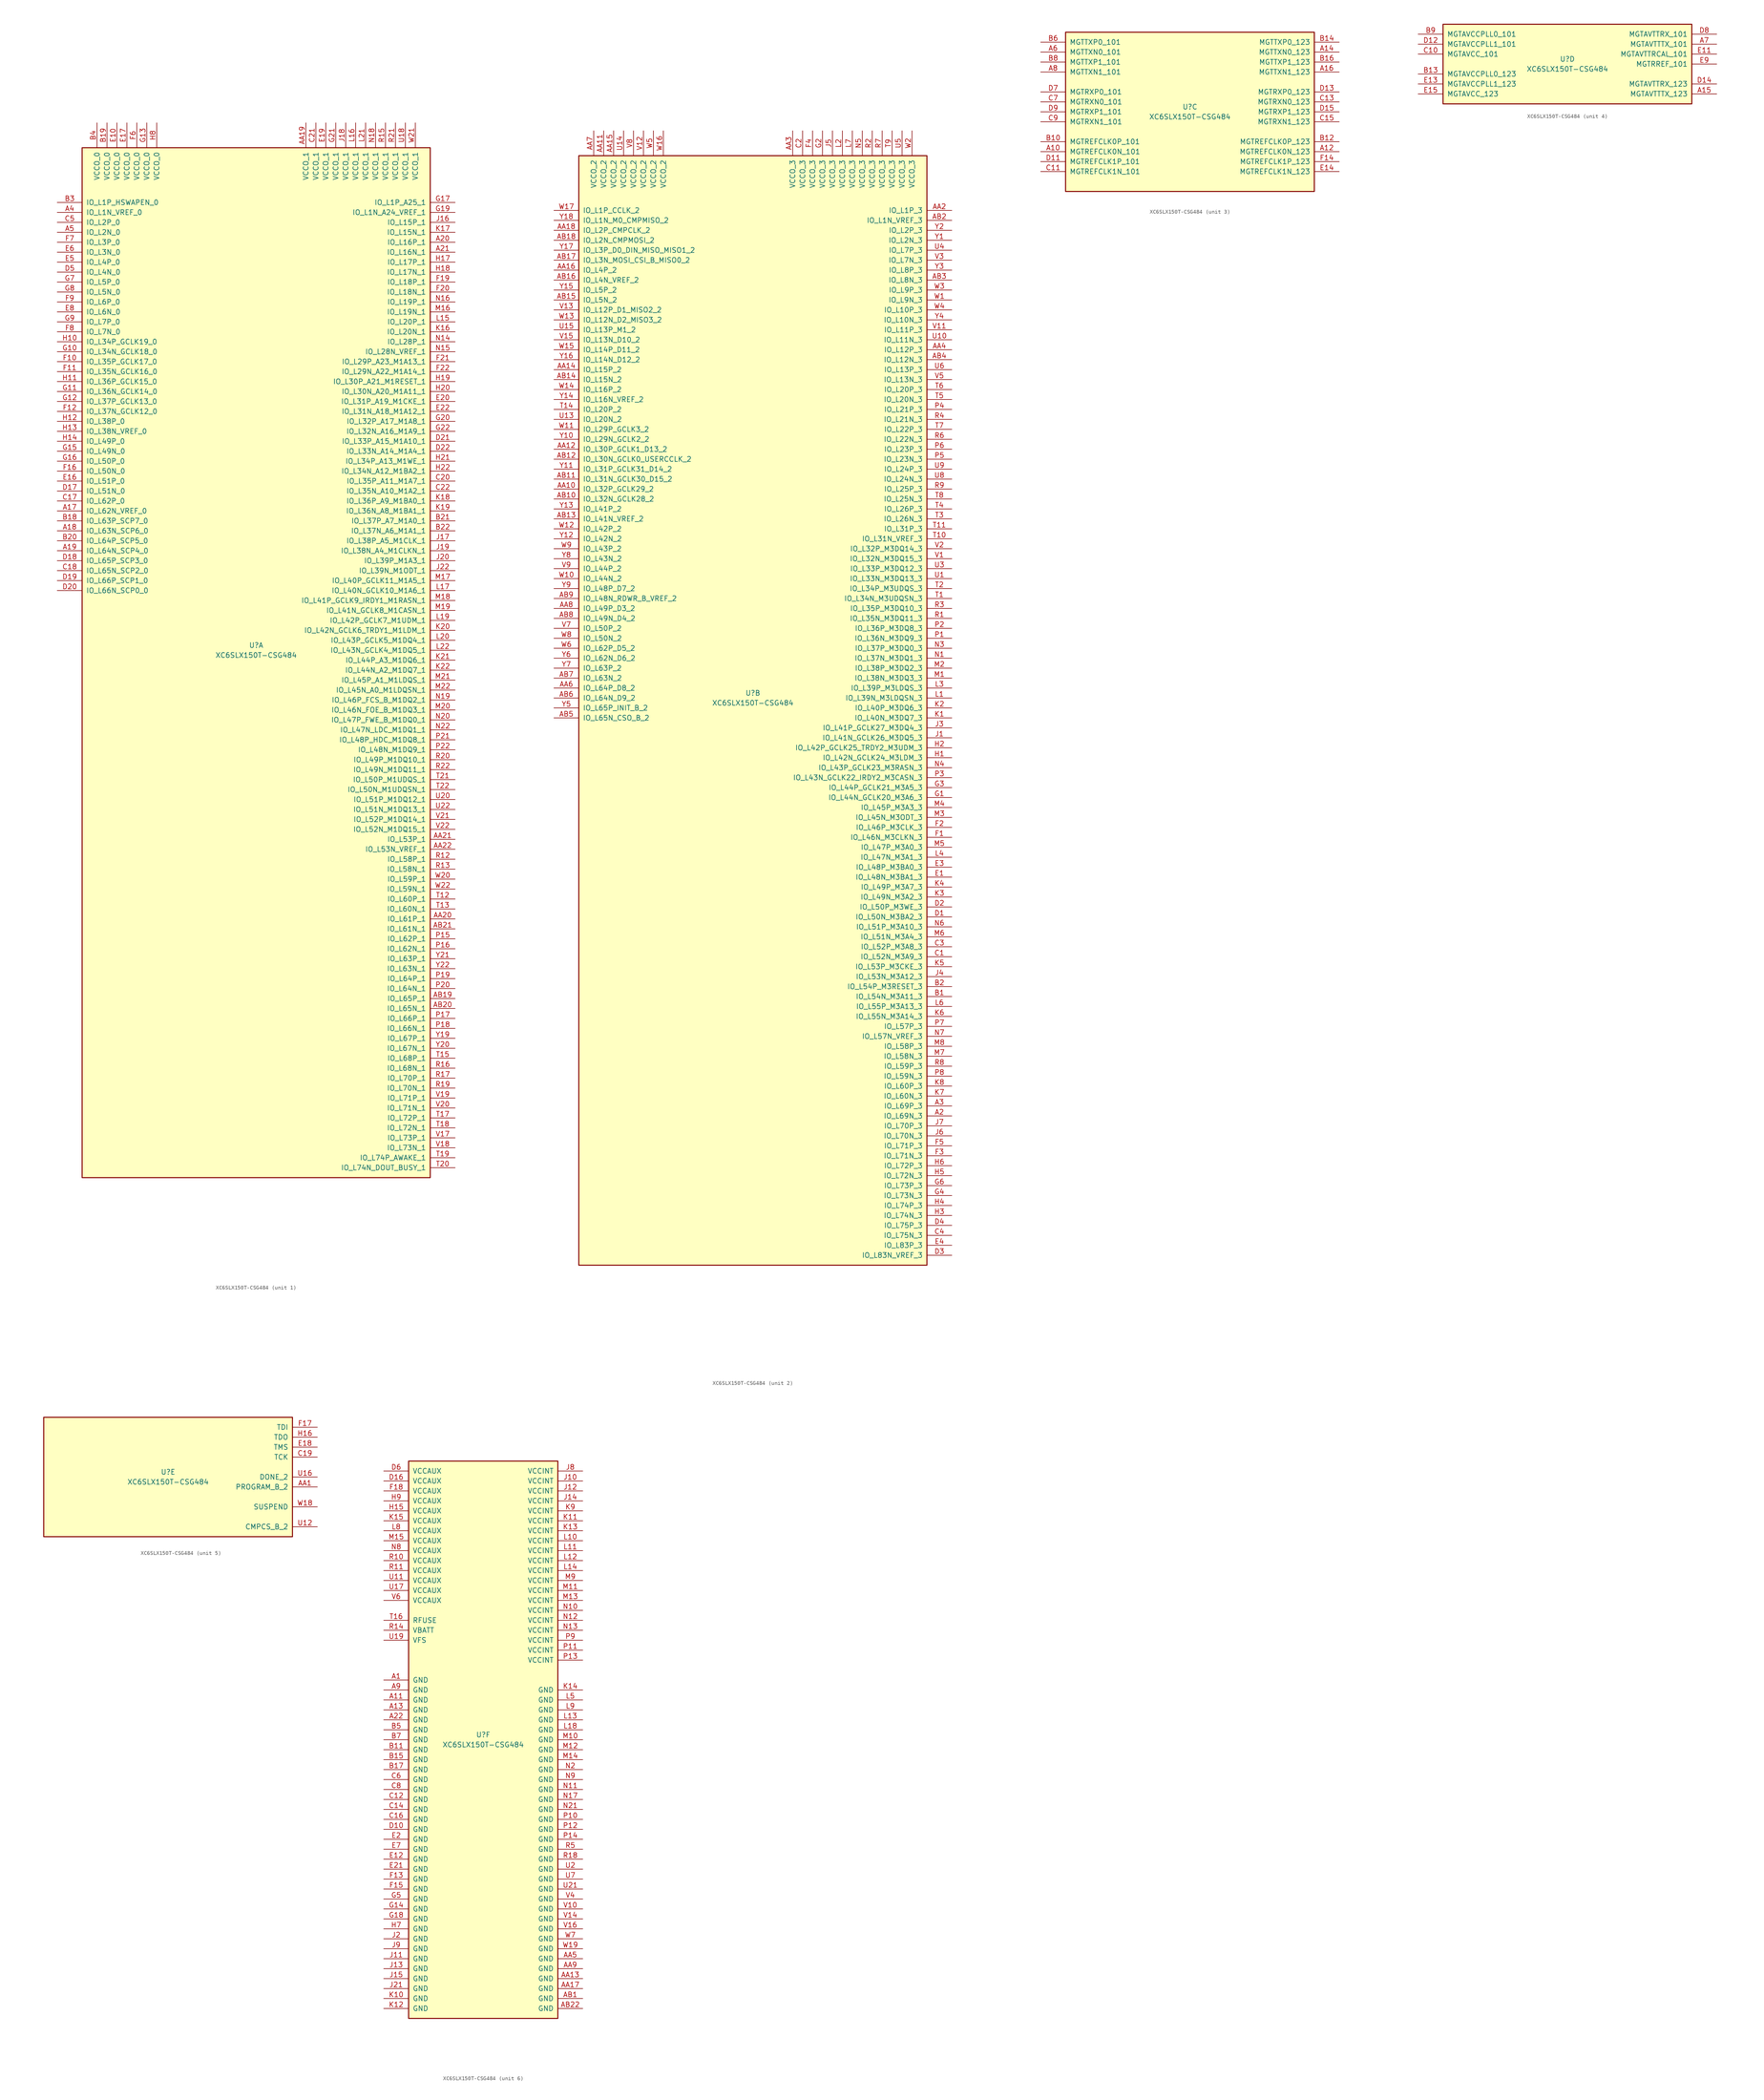
<source format=kicad_sym>
(kicad_symbol_lib
  (version 20211014)
  (generator kicad_symbol_editor)
  (symbol "XC6SLX150T-CSG484"
    (pin_names
      (offset 1.016))
    (property "Reference" "U"
      (at 0 1.27 0)
      (effects (font (size 1.27 1.27))))
    (property "Value" "XC6SLX150T-CSG484"
      (at 0 -1.27 0)
      (effects (font (size 1.27 1.27))))
    (property "Datasheet" ""
      (at 0 0 0)
      (effects (font (size 1.27 1.27))))
    (property "ki_locked" ""
      (at 0 0 0)
      (effects (font (size 1.27 1.27))))
    (symbol "XC6SLX150T-CSG484_1_1"
      (rectangle (start -44.45 128.27) (end 44.45 -134.62) (stroke (width 0.254) (type default) (color 0 0 0 0)) (fill (type background)))
      (pin bidirectional line (at -50.8 35.56 0) (length 6.35) (name "IO_L62N_VREF_0" (effects (font (size 1.27 1.27)))) (number "A17" (effects (font (size 1.27 1.27)))))
      (pin bidirectional line (at -50.8 30.48 0) (length 6.35) (name "IO_L63N_SCP6_0" (effects (font (size 1.27 1.27)))) (number "A18" (effects (font (size 1.27 1.27)))))
      (pin bidirectional line (at -50.8 25.4 0) (length 6.35) (name "IO_L64N_SCP4_0" (effects (font (size 1.27 1.27)))) (number "A19" (effects (font (size 1.27 1.27)))))
      (pin bidirectional line (at 50.8 104.14 180) (length 6.35) (name "IO_L16P_1" (effects (font (size 1.27 1.27)))) (number "A20" (effects (font (size 1.27 1.27)))))
      (pin bidirectional line (at 50.8 101.6 180) (length 6.35) (name "IO_L16N_1" (effects (font (size 1.27 1.27)))) (number "A21" (effects (font (size 1.27 1.27)))))
      (pin bidirectional line (at -50.8 111.76 0) (length 6.35) (name "IO_L1N_VREF_0" (effects (font (size 1.27 1.27)))) (number "A4" (effects (font (size 1.27 1.27)))))
      (pin bidirectional line (at -50.8 106.68 0) (length 6.35) (name "IO_L2N_0" (effects (font (size 1.27 1.27)))) (number "A5" (effects (font (size 1.27 1.27)))))
      (pin power_in line (at 12.7 134.62 270) (length 6.35) (name "VCCO_1" (effects (font (size 1.27 1.27)))) (number "AA19" (effects (font (size 1.27 1.27)))))
      (pin bidirectional line (at 50.8 -68.58 180) (length 6.35) (name "IO_L61P_1" (effects (font (size 1.27 1.27)))) (number "AA20" (effects (font (size 1.27 1.27)))))
      (pin bidirectional line (at 50.8 -48.26 180) (length 6.35) (name "IO_L53P_1" (effects (font (size 1.27 1.27)))) (number "AA21" (effects (font (size 1.27 1.27)))))
      (pin bidirectional line (at 50.8 -50.8 180) (length 6.35) (name "IO_L53N_VREF_1" (effects (font (size 1.27 1.27)))) (number "AA22" (effects (font (size 1.27 1.27)))))
      (pin bidirectional line (at 50.8 -88.9 180) (length 6.35) (name "IO_L65P_1" (effects (font (size 1.27 1.27)))) (number "AB19" (effects (font (size 1.27 1.27)))))
      (pin bidirectional line (at 50.8 -91.44 180) (length 6.35) (name "IO_L65N_1" (effects (font (size 1.27 1.27)))) (number "AB20" (effects (font (size 1.27 1.27)))))
      (pin bidirectional line (at 50.8 -71.12 180) (length 6.35) (name "IO_L61N_1" (effects (font (size 1.27 1.27)))) (number "AB21" (effects (font (size 1.27 1.27)))))
      (pin bidirectional line (at -50.8 33.02 0) (length 6.35) (name "IO_L63P_SCP7_0" (effects (font (size 1.27 1.27)))) (number "B18" (effects (font (size 1.27 1.27)))))
      (pin power_in line (at -38.1 134.62 270) (length 6.35) (name "VCCO_0" (effects (font (size 1.27 1.27)))) (number "B19" (effects (font (size 1.27 1.27)))))
      (pin bidirectional line (at -50.8 27.94 0) (length 6.35) (name "IO_L64P_SCP5_0" (effects (font (size 1.27 1.27)))) (number "B20" (effects (font (size 1.27 1.27)))))
      (pin bidirectional line (at 50.8 33.02 180) (length 6.35) (name "IO_L37P_A7_M1A0_1" (effects (font (size 1.27 1.27)))) (number "B21" (effects (font (size 1.27 1.27)))))
      (pin bidirectional line (at 50.8 30.48 180) (length 6.35) (name "IO_L37N_A6_M1A1_1" (effects (font (size 1.27 1.27)))) (number "B22" (effects (font (size 1.27 1.27)))))
      (pin bidirectional line (at -50.8 114.3 0) (length 6.35) (name "IO_L1P_HSWAPEN_0" (effects (font (size 1.27 1.27)))) (number "B3" (effects (font (size 1.27 1.27)))))
      (pin power_in line (at -40.64 134.62 270) (length 6.35) (name "VCCO_0" (effects (font (size 1.27 1.27)))) (number "B4" (effects (font (size 1.27 1.27)))))
      (pin bidirectional line (at -50.8 38.1 0) (length 6.35) (name "IO_L62P_0" (effects (font (size 1.27 1.27)))) (number "C17" (effects (font (size 1.27 1.27)))))
      (pin bidirectional line (at -50.8 20.32 0) (length 6.35) (name "IO_L65N_SCP2_0" (effects (font (size 1.27 1.27)))) (number "C18" (effects (font (size 1.27 1.27)))))
      (pin bidirectional line (at 50.8 43.18 180) (length 6.35) (name "IO_L35P_A11_M1A7_1" (effects (font (size 1.27 1.27)))) (number "C20" (effects (font (size 1.27 1.27)))))
      (pin power_in line (at 15.24 134.62 270) (length 6.35) (name "VCCO_1" (effects (font (size 1.27 1.27)))) (number "C21" (effects (font (size 1.27 1.27)))))
      (pin bidirectional line (at 50.8 40.64 180) (length 6.35) (name "IO_L35N_A10_M1A2_1" (effects (font (size 1.27 1.27)))) (number "C22" (effects (font (size 1.27 1.27)))))
      (pin bidirectional line (at -50.8 109.22 0) (length 6.35) (name "IO_L2P_0" (effects (font (size 1.27 1.27)))) (number "C5" (effects (font (size 1.27 1.27)))))
      (pin bidirectional line (at -50.8 40.64 0) (length 6.35) (name "IO_L51N_0" (effects (font (size 1.27 1.27)))) (number "D17" (effects (font (size 1.27 1.27)))))
      (pin bidirectional line (at -50.8 22.86 0) (length 6.35) (name "IO_L65P_SCP3_0" (effects (font (size 1.27 1.27)))) (number "D18" (effects (font (size 1.27 1.27)))))
      (pin bidirectional line (at -50.8 17.78 0) (length 6.35) (name "IO_L66P_SCP1_0" (effects (font (size 1.27 1.27)))) (number "D19" (effects (font (size 1.27 1.27)))))
      (pin bidirectional line (at -50.8 15.24 0) (length 6.35) (name "IO_L66N_SCP0_0" (effects (font (size 1.27 1.27)))) (number "D20" (effects (font (size 1.27 1.27)))))
      (pin bidirectional line (at 50.8 53.34 180) (length 6.35) (name "IO_L33P_A15_M1A10_1" (effects (font (size 1.27 1.27)))) (number "D21" (effects (font (size 1.27 1.27)))))
      (pin bidirectional line (at 50.8 50.8 180) (length 6.35) (name "IO_L33N_A14_M1A4_1" (effects (font (size 1.27 1.27)))) (number "D22" (effects (font (size 1.27 1.27)))))
      (pin bidirectional line (at -50.8 96.52 0) (length 6.35) (name "IO_L4N_0" (effects (font (size 1.27 1.27)))) (number "D5" (effects (font (size 1.27 1.27)))))
      (pin power_in line (at -35.56 134.62 270) (length 6.35) (name "VCCO_0" (effects (font (size 1.27 1.27)))) (number "E10" (effects (font (size 1.27 1.27)))))
      (pin bidirectional line (at -50.8 43.18 0) (length 6.35) (name "IO_L51P_0" (effects (font (size 1.27 1.27)))) (number "E16" (effects (font (size 1.27 1.27)))))
      (pin power_in line (at -33.02 134.62 270) (length 6.35) (name "VCCO_0" (effects (font (size 1.27 1.27)))) (number "E17" (effects (font (size 1.27 1.27)))))
      (pin power_in line (at 17.78 134.62 270) (length 6.35) (name "VCCO_1" (effects (font (size 1.27 1.27)))) (number "E19" (effects (font (size 1.27 1.27)))))
      (pin bidirectional line (at 50.8 63.5 180) (length 6.35) (name "IO_L31P_A19_M1CKE_1" (effects (font (size 1.27 1.27)))) (number "E20" (effects (font (size 1.27 1.27)))))
      (pin bidirectional line (at 50.8 60.96 180) (length 6.35) (name "IO_L31N_A18_M1A12_1" (effects (font (size 1.27 1.27)))) (number "E22" (effects (font (size 1.27 1.27)))))
      (pin bidirectional line (at -50.8 99.06 0) (length 6.35) (name "IO_L4P_0" (effects (font (size 1.27 1.27)))) (number "E5" (effects (font (size 1.27 1.27)))))
      (pin bidirectional line (at -50.8 101.6 0) (length 6.35) (name "IO_L3N_0" (effects (font (size 1.27 1.27)))) (number "E6" (effects (font (size 1.27 1.27)))))
      (pin bidirectional line (at -50.8 86.36 0) (length 6.35) (name "IO_L6N_0" (effects (font (size 1.27 1.27)))) (number "E8" (effects (font (size 1.27 1.27)))))
      (pin bidirectional line (at -50.8 73.66 0) (length 6.35) (name "IO_L35P_GCLK17_0" (effects (font (size 1.27 1.27)))) (number "F10" (effects (font (size 1.27 1.27)))))
      (pin bidirectional line (at -50.8 71.12 0) (length 6.35) (name "IO_L35N_GCLK16_0" (effects (font (size 1.27 1.27)))) (number "F11" (effects (font (size 1.27 1.27)))))
      (pin bidirectional line (at -50.8 60.96 0) (length 6.35) (name "IO_L37N_GCLK12_0" (effects (font (size 1.27 1.27)))) (number "F12" (effects (font (size 1.27 1.27)))))
      (pin bidirectional line (at -50.8 45.72 0) (length 6.35) (name "IO_L50N_0" (effects (font (size 1.27 1.27)))) (number "F16" (effects (font (size 1.27 1.27)))))
      (pin bidirectional line (at 50.8 93.98 180) (length 6.35) (name "IO_L18P_1" (effects (font (size 1.27 1.27)))) (number "F19" (effects (font (size 1.27 1.27)))))
      (pin bidirectional line (at 50.8 91.44 180) (length 6.35) (name "IO_L18N_1" (effects (font (size 1.27 1.27)))) (number "F20" (effects (font (size 1.27 1.27)))))
      (pin bidirectional line (at 50.8 73.66 180) (length 6.35) (name "IO_L29P_A23_M1A13_1" (effects (font (size 1.27 1.27)))) (number "F21" (effects (font (size 1.27 1.27)))))
      (pin bidirectional line (at 50.8 71.12 180) (length 6.35) (name "IO_L29N_A22_M1A14_1" (effects (font (size 1.27 1.27)))) (number "F22" (effects (font (size 1.27 1.27)))))
      (pin power_in line (at -30.48 134.62 270) (length 6.35) (name "VCCO_0" (effects (font (size 1.27 1.27)))) (number "F6" (effects (font (size 1.27 1.27)))))
      (pin bidirectional line (at -50.8 104.14 0) (length 6.35) (name "IO_L3P_0" (effects (font (size 1.27 1.27)))) (number "F7" (effects (font (size 1.27 1.27)))))
      (pin bidirectional line (at -50.8 81.28 0) (length 6.35) (name "IO_L7N_0" (effects (font (size 1.27 1.27)))) (number "F8" (effects (font (size 1.27 1.27)))))
      (pin bidirectional line (at -50.8 88.9 0) (length 6.35) (name "IO_L6P_0" (effects (font (size 1.27 1.27)))) (number "F9" (effects (font (size 1.27 1.27)))))
      (pin bidirectional line (at -50.8 76.2 0) (length 6.35) (name "IO_L34N_GCLK18_0" (effects (font (size 1.27 1.27)))) (number "G10" (effects (font (size 1.27 1.27)))))
      (pin bidirectional line (at -50.8 66.04 0) (length 6.35) (name "IO_L36N_GCLK14_0" (effects (font (size 1.27 1.27)))) (number "G11" (effects (font (size 1.27 1.27)))))
      (pin bidirectional line (at -50.8 63.5 0) (length 6.35) (name "IO_L37P_GCLK13_0" (effects (font (size 1.27 1.27)))) (number "G12" (effects (font (size 1.27 1.27)))))
      (pin power_in line (at -27.94 134.62 270) (length 6.35) (name "VCCO_0" (effects (font (size 1.27 1.27)))) (number "G13" (effects (font (size 1.27 1.27)))))
      (pin bidirectional line (at -50.8 50.8 0) (length 6.35) (name "IO_L49N_0" (effects (font (size 1.27 1.27)))) (number "G15" (effects (font (size 1.27 1.27)))))
      (pin bidirectional line (at -50.8 48.26 0) (length 6.35) (name "IO_L50P_0" (effects (font (size 1.27 1.27)))) (number "G16" (effects (font (size 1.27 1.27)))))
      (pin bidirectional line (at 50.8 114.3 180) (length 6.35) (name "IO_L1P_A25_1" (effects (font (size 1.27 1.27)))) (number "G17" (effects (font (size 1.27 1.27)))))
      (pin bidirectional line (at 50.8 111.76 180) (length 6.35) (name "IO_L1N_A24_VREF_1" (effects (font (size 1.27 1.27)))) (number "G19" (effects (font (size 1.27 1.27)))))
      (pin bidirectional line (at 50.8 58.42 180) (length 6.35) (name "IO_L32P_A17_M1A8_1" (effects (font (size 1.27 1.27)))) (number "G20" (effects (font (size 1.27 1.27)))))
      (pin power_in line (at 20.32 134.62 270) (length 6.35) (name "VCCO_1" (effects (font (size 1.27 1.27)))) (number "G21" (effects (font (size 1.27 1.27)))))
      (pin bidirectional line (at 50.8 55.88 180) (length 6.35) (name "IO_L32N_A16_M1A9_1" (effects (font (size 1.27 1.27)))) (number "G22" (effects (font (size 1.27 1.27)))))
      (pin bidirectional line (at -50.8 93.98 0) (length 6.35) (name "IO_L5P_0" (effects (font (size 1.27 1.27)))) (number "G7" (effects (font (size 1.27 1.27)))))
      (pin bidirectional line (at -50.8 91.44 0) (length 6.35) (name "IO_L5N_0" (effects (font (size 1.27 1.27)))) (number "G8" (effects (font (size 1.27 1.27)))))
      (pin bidirectional line (at -50.8 83.82 0) (length 6.35) (name "IO_L7P_0" (effects (font (size 1.27 1.27)))) (number "G9" (effects (font (size 1.27 1.27)))))
      (pin bidirectional line (at -50.8 78.74 0) (length 6.35) (name "IO_L34P_GCLK19_0" (effects (font (size 1.27 1.27)))) (number "H10" (effects (font (size 1.27 1.27)))))
      (pin bidirectional line (at -50.8 68.58 0) (length 6.35) (name "IO_L36P_GCLK15_0" (effects (font (size 1.27 1.27)))) (number "H11" (effects (font (size 1.27 1.27)))))
      (pin bidirectional line (at -50.8 58.42 0) (length 6.35) (name "IO_L38P_0" (effects (font (size 1.27 1.27)))) (number "H12" (effects (font (size 1.27 1.27)))))
      (pin bidirectional line (at -50.8 55.88 0) (length 6.35) (name "IO_L38N_VREF_0" (effects (font (size 1.27 1.27)))) (number "H13" (effects (font (size 1.27 1.27)))))
      (pin bidirectional line (at -50.8 53.34 0) (length 6.35) (name "IO_L49P_0" (effects (font (size 1.27 1.27)))) (number "H14" (effects (font (size 1.27 1.27)))))
      (pin bidirectional line (at 50.8 99.06 180) (length 6.35) (name "IO_L17P_1" (effects (font (size 1.27 1.27)))) (number "H17" (effects (font (size 1.27 1.27)))))
      (pin bidirectional line (at 50.8 96.52 180) (length 6.35) (name "IO_L17N_1" (effects (font (size 1.27 1.27)))) (number "H18" (effects (font (size 1.27 1.27)))))
      (pin bidirectional line (at 50.8 68.58 180) (length 6.35) (name "IO_L30P_A21_M1RESET_1" (effects (font (size 1.27 1.27)))) (number "H19" (effects (font (size 1.27 1.27)))))
      (pin bidirectional line (at 50.8 66.04 180) (length 6.35) (name "IO_L30N_A20_M1A11_1" (effects (font (size 1.27 1.27)))) (number "H20" (effects (font (size 1.27 1.27)))))
      (pin bidirectional line (at 50.8 48.26 180) (length 6.35) (name "IO_L34P_A13_M1WE_1" (effects (font (size 1.27 1.27)))) (number "H21" (effects (font (size 1.27 1.27)))))
      (pin bidirectional line (at 50.8 45.72 180) (length 6.35) (name "IO_L34N_A12_M1BA2_1" (effects (font (size 1.27 1.27)))) (number "H22" (effects (font (size 1.27 1.27)))))
      (pin power_in line (at -25.4 134.62 270) (length 6.35) (name "VCCO_0" (effects (font (size 1.27 1.27)))) (number "H8" (effects (font (size 1.27 1.27)))))
      (pin bidirectional line (at 50.8 109.22 180) (length 6.35) (name "IO_L15P_1" (effects (font (size 1.27 1.27)))) (number "J16" (effects (font (size 1.27 1.27)))))
      (pin bidirectional line (at 50.8 27.94 180) (length 6.35) (name "IO_L38P_A5_M1CLK_1" (effects (font (size 1.27 1.27)))) (number "J17" (effects (font (size 1.27 1.27)))))
      (pin power_in line (at 22.86 134.62 270) (length 6.35) (name "VCCO_1" (effects (font (size 1.27 1.27)))) (number "J18" (effects (font (size 1.27 1.27)))))
      (pin bidirectional line (at 50.8 25.4 180) (length 6.35) (name "IO_L38N_A4_M1CLKN_1" (effects (font (size 1.27 1.27)))) (number "J19" (effects (font (size 1.27 1.27)))))
      (pin bidirectional line (at 50.8 22.86 180) (length 6.35) (name "IO_L39P_M1A3_1" (effects (font (size 1.27 1.27)))) (number "J20" (effects (font (size 1.27 1.27)))))
      (pin bidirectional line (at 50.8 20.32 180) (length 6.35) (name "IO_L39N_M1ODT_1" (effects (font (size 1.27 1.27)))) (number "J22" (effects (font (size 1.27 1.27)))))
      (pin bidirectional line (at 50.8 81.28 180) (length 6.35) (name "IO_L20N_1" (effects (font (size 1.27 1.27)))) (number "K16" (effects (font (size 1.27 1.27)))))
      (pin bidirectional line (at 50.8 106.68 180) (length 6.35) (name "IO_L15N_1" (effects (font (size 1.27 1.27)))) (number "K17" (effects (font (size 1.27 1.27)))))
      (pin bidirectional line (at 50.8 38.1 180) (length 6.35) (name "IO_L36P_A9_M1BA0_1" (effects (font (size 1.27 1.27)))) (number "K18" (effects (font (size 1.27 1.27)))))
      (pin bidirectional line (at 50.8 35.56 180) (length 6.35) (name "IO_L36N_A8_M1BA1_1" (effects (font (size 1.27 1.27)))) (number "K19" (effects (font (size 1.27 1.27)))))
      (pin bidirectional line (at 50.8 5.08 180) (length 6.35) (name "IO_L42N_GCLK6_TRDY1_M1LDM_1" (effects (font (size 1.27 1.27)))) (number "K20" (effects (font (size 1.27 1.27)))))
      (pin bidirectional line (at 50.8 -2.54 180) (length 6.35) (name "IO_L44P_A3_M1DQ6_1" (effects (font (size 1.27 1.27)))) (number "K21" (effects (font (size 1.27 1.27)))))
      (pin bidirectional line (at 50.8 -5.08 180) (length 6.35) (name "IO_L44N_A2_M1DQ7_1" (effects (font (size 1.27 1.27)))) (number "K22" (effects (font (size 1.27 1.27)))))
      (pin bidirectional line (at 50.8 83.82 180) (length 6.35) (name "IO_L20P_1" (effects (font (size 1.27 1.27)))) (number "L15" (effects (font (size 1.27 1.27)))))
      (pin power_in line (at 25.4 134.62 270) (length 6.35) (name "VCCO_1" (effects (font (size 1.27 1.27)))) (number "L16" (effects (font (size 1.27 1.27)))))
      (pin bidirectional line (at 50.8 15.24 180) (length 6.35) (name "IO_L40N_GCLK10_M1A6_1" (effects (font (size 1.27 1.27)))) (number "L17" (effects (font (size 1.27 1.27)))))
      (pin bidirectional line (at 50.8 7.62 180) (length 6.35) (name "IO_L42P_GCLK7_M1UDM_1" (effects (font (size 1.27 1.27)))) (number "L19" (effects (font (size 1.27 1.27)))))
      (pin bidirectional line (at 50.8 2.54 180) (length 6.35) (name "IO_L43P_GCLK5_M1DQ4_1" (effects (font (size 1.27 1.27)))) (number "L20" (effects (font (size 1.27 1.27)))))
      (pin power_in line (at 27.94 134.62 270) (length 6.35) (name "VCCO_1" (effects (font (size 1.27 1.27)))) (number "L21" (effects (font (size 1.27 1.27)))))
      (pin bidirectional line (at 50.8 0 180) (length 6.35) (name "IO_L43N_GCLK4_M1DQ5_1" (effects (font (size 1.27 1.27)))) (number "L22" (effects (font (size 1.27 1.27)))))
      (pin bidirectional line (at 50.8 86.36 180) (length 6.35) (name "IO_L19N_1" (effects (font (size 1.27 1.27)))) (number "M16" (effects (font (size 1.27 1.27)))))
      (pin bidirectional line (at 50.8 17.78 180) (length 6.35) (name "IO_L40P_GCLK11_M1A5_1" (effects (font (size 1.27 1.27)))) (number "M17" (effects (font (size 1.27 1.27)))))
      (pin bidirectional line (at 50.8 12.7 180) (length 6.35) (name "IO_L41P_GCLK9_IRDY1_M1RASN_1" (effects (font (size 1.27 1.27)))) (number "M18" (effects (font (size 1.27 1.27)))))
      (pin bidirectional line (at 50.8 10.16 180) (length 6.35) (name "IO_L41N_GCLK8_M1CASN_1" (effects (font (size 1.27 1.27)))) (number "M19" (effects (font (size 1.27 1.27)))))
      (pin bidirectional line (at 50.8 -15.24 180) (length 6.35) (name "IO_L46N_FOE_B_M1DQ3_1" (effects (font (size 1.27 1.27)))) (number "M20" (effects (font (size 1.27 1.27)))))
      (pin bidirectional line (at 50.8 -7.62 180) (length 6.35) (name "IO_L45P_A1_M1LDQS_1" (effects (font (size 1.27 1.27)))) (number "M21" (effects (font (size 1.27 1.27)))))
      (pin bidirectional line (at 50.8 -10.16 180) (length 6.35) (name "IO_L45N_A0_M1LDQSN_1" (effects (font (size 1.27 1.27)))) (number "M22" (effects (font (size 1.27 1.27)))))
      (pin bidirectional line (at 50.8 78.74 180) (length 6.35) (name "IO_L28P_1" (effects (font (size 1.27 1.27)))) (number "N14" (effects (font (size 1.27 1.27)))))
      (pin bidirectional line (at 50.8 76.2 180) (length 6.35) (name "IO_L28N_VREF_1" (effects (font (size 1.27 1.27)))) (number "N15" (effects (font (size 1.27 1.27)))))
      (pin bidirectional line (at 50.8 88.9 180) (length 6.35) (name "IO_L19P_1" (effects (font (size 1.27 1.27)))) (number "N16" (effects (font (size 1.27 1.27)))))
      (pin power_in line (at 30.48 134.62 270) (length 6.35) (name "VCCO_1" (effects (font (size 1.27 1.27)))) (number "N18" (effects (font (size 1.27 1.27)))))
      (pin bidirectional line (at 50.8 -12.7 180) (length 6.35) (name "IO_L46P_FCS_B_M1DQ2_1" (effects (font (size 1.27 1.27)))) (number "N19" (effects (font (size 1.27 1.27)))))
      (pin bidirectional line (at 50.8 -17.78 180) (length 6.35) (name "IO_L47P_FWE_B_M1DQ0_1" (effects (font (size 1.27 1.27)))) (number "N20" (effects (font (size 1.27 1.27)))))
      (pin bidirectional line (at 50.8 -20.32 180) (length 6.35) (name "IO_L47N_LDC_M1DQ1_1" (effects (font (size 1.27 1.27)))) (number "N22" (effects (font (size 1.27 1.27)))))
      (pin bidirectional line (at 50.8 -73.66 180) (length 6.35) (name "IO_L62P_1" (effects (font (size 1.27 1.27)))) (number "P15" (effects (font (size 1.27 1.27)))))
      (pin bidirectional line (at 50.8 -76.2 180) (length 6.35) (name "IO_L62N_1" (effects (font (size 1.27 1.27)))) (number "P16" (effects (font (size 1.27 1.27)))))
      (pin bidirectional line (at 50.8 -93.98 180) (length 6.35) (name "IO_L66P_1" (effects (font (size 1.27 1.27)))) (number "P17" (effects (font (size 1.27 1.27)))))
      (pin bidirectional line (at 50.8 -96.52 180) (length 6.35) (name "IO_L66N_1" (effects (font (size 1.27 1.27)))) (number "P18" (effects (font (size 1.27 1.27)))))
      (pin bidirectional line (at 50.8 -83.82 180) (length 6.35) (name "IO_L64P_1" (effects (font (size 1.27 1.27)))) (number "P19" (effects (font (size 1.27 1.27)))))
      (pin bidirectional line (at 50.8 -86.36 180) (length 6.35) (name "IO_L64N_1" (effects (font (size 1.27 1.27)))) (number "P20" (effects (font (size 1.27 1.27)))))
      (pin bidirectional line (at 50.8 -22.86 180) (length 6.35) (name "IO_L48P_HDC_M1DQ8_1" (effects (font (size 1.27 1.27)))) (number "P21" (effects (font (size 1.27 1.27)))))
      (pin bidirectional line (at 50.8 -25.4 180) (length 6.35) (name "IO_L48N_M1DQ9_1" (effects (font (size 1.27 1.27)))) (number "P22" (effects (font (size 1.27 1.27)))))
      (pin bidirectional line (at 50.8 -53.34 180) (length 6.35) (name "IO_L58P_1" (effects (font (size 1.27 1.27)))) (number "R12" (effects (font (size 1.27 1.27)))))
      (pin bidirectional line (at 50.8 -55.88 180) (length 6.35) (name "IO_L58N_1" (effects (font (size 1.27 1.27)))) (number "R13" (effects (font (size 1.27 1.27)))))
      (pin power_in line (at 33.02 134.62 270) (length 6.35) (name "VCCO_1" (effects (font (size 1.27 1.27)))) (number "R15" (effects (font (size 1.27 1.27)))))
      (pin bidirectional line (at 50.8 -106.68 180) (length 6.35) (name "IO_L68N_1" (effects (font (size 1.27 1.27)))) (number "R16" (effects (font (size 1.27 1.27)))))
      (pin bidirectional line (at 50.8 -109.22 180) (length 6.35) (name "IO_L70P_1" (effects (font (size 1.27 1.27)))) (number "R17" (effects (font (size 1.27 1.27)))))
      (pin bidirectional line (at 50.8 -111.76 180) (length 6.35) (name "IO_L70N_1" (effects (font (size 1.27 1.27)))) (number "R19" (effects (font (size 1.27 1.27)))))
      (pin bidirectional line (at 50.8 -27.94 180) (length 6.35) (name "IO_L49P_M1DQ10_1" (effects (font (size 1.27 1.27)))) (number "R20" (effects (font (size 1.27 1.27)))))
      (pin power_in line (at 35.56 134.62 270) (length 6.35) (name "VCCO_1" (effects (font (size 1.27 1.27)))) (number "R21" (effects (font (size 1.27 1.27)))))
      (pin bidirectional line (at 50.8 -30.48 180) (length 6.35) (name "IO_L49N_M1DQ11_1" (effects (font (size 1.27 1.27)))) (number "R22" (effects (font (size 1.27 1.27)))))
      (pin bidirectional line (at 50.8 -63.5 180) (length 6.35) (name "IO_L60P_1" (effects (font (size 1.27 1.27)))) (number "T12" (effects (font (size 1.27 1.27)))))
      (pin bidirectional line (at 50.8 -66.04 180) (length 6.35) (name "IO_L60N_1" (effects (font (size 1.27 1.27)))) (number "T13" (effects (font (size 1.27 1.27)))))
      (pin bidirectional line (at 50.8 -104.14 180) (length 6.35) (name "IO_L68P_1" (effects (font (size 1.27 1.27)))) (number "T15" (effects (font (size 1.27 1.27)))))
      (pin bidirectional line (at 50.8 -119.38 180) (length 6.35) (name "IO_L72P_1" (effects (font (size 1.27 1.27)))) (number "T17" (effects (font (size 1.27 1.27)))))
      (pin bidirectional line (at 50.8 -121.92 180) (length 6.35) (name "IO_L72N_1" (effects (font (size 1.27 1.27)))) (number "T18" (effects (font (size 1.27 1.27)))))
      (pin bidirectional line (at 50.8 -129.54 180) (length 6.35) (name "IO_L74P_AWAKE_1" (effects (font (size 1.27 1.27)))) (number "T19" (effects (font (size 1.27 1.27)))))
      (pin bidirectional line (at 50.8 -132.08 180) (length 6.35) (name "IO_L74N_DOUT_BUSY_1" (effects (font (size 1.27 1.27)))) (number "T20" (effects (font (size 1.27 1.27)))))
      (pin bidirectional line (at 50.8 -33.02 180) (length 6.35) (name "IO_L50P_M1UDQS_1" (effects (font (size 1.27 1.27)))) (number "T21" (effects (font (size 1.27 1.27)))))
      (pin bidirectional line (at 50.8 -35.56 180) (length 6.35) (name "IO_L50N_M1UDQSN_1" (effects (font (size 1.27 1.27)))) (number "T22" (effects (font (size 1.27 1.27)))))
      (pin power_in line (at 38.1 134.62 270) (length 6.35) (name "VCCO_1" (effects (font (size 1.27 1.27)))) (number "U18" (effects (font (size 1.27 1.27)))))
      (pin bidirectional line (at 50.8 -38.1 180) (length 6.35) (name "IO_L51P_M1DQ12_1" (effects (font (size 1.27 1.27)))) (number "U20" (effects (font (size 1.27 1.27)))))
      (pin bidirectional line (at 50.8 -40.64 180) (length 6.35) (name "IO_L51N_M1DQ13_1" (effects (font (size 1.27 1.27)))) (number "U22" (effects (font (size 1.27 1.27)))))
      (pin bidirectional line (at 50.8 -124.46 180) (length 6.35) (name "IO_L73P_1" (effects (font (size 1.27 1.27)))) (number "V17" (effects (font (size 1.27 1.27)))))
      (pin bidirectional line (at 50.8 -127 180) (length 6.35) (name "IO_L73N_1" (effects (font (size 1.27 1.27)))) (number "V18" (effects (font (size 1.27 1.27)))))
      (pin bidirectional line (at 50.8 -114.3 180) (length 6.35) (name "IO_L71P_1" (effects (font (size 1.27 1.27)))) (number "V19" (effects (font (size 1.27 1.27)))))
      (pin bidirectional line (at 50.8 -116.84 180) (length 6.35) (name "IO_L71N_1" (effects (font (size 1.27 1.27)))) (number "V20" (effects (font (size 1.27 1.27)))))
      (pin bidirectional line (at 50.8 -43.18 180) (length 6.35) (name "IO_L52P_M1DQ14_1" (effects (font (size 1.27 1.27)))) (number "V21" (effects (font (size 1.27 1.27)))))
      (pin bidirectional line (at 50.8 -45.72 180) (length 6.35) (name "IO_L52N_M1DQ15_1" (effects (font (size 1.27 1.27)))) (number "V22" (effects (font (size 1.27 1.27)))))
      (pin bidirectional line (at 50.8 -58.42 180) (length 6.35) (name "IO_L59P_1" (effects (font (size 1.27 1.27)))) (number "W20" (effects (font (size 1.27 1.27)))))
      (pin power_in line (at 40.64 134.62 270) (length 6.35) (name "VCCO_1" (effects (font (size 1.27 1.27)))) (number "W21" (effects (font (size 1.27 1.27)))))
      (pin bidirectional line (at 50.8 -60.96 180) (length 6.35) (name "IO_L59N_1" (effects (font (size 1.27 1.27)))) (number "W22" (effects (font (size 1.27 1.27)))))
      (pin bidirectional line (at 50.8 -99.06 180) (length 6.35) (name "IO_L67P_1" (effects (font (size 1.27 1.27)))) (number "Y19" (effects (font (size 1.27 1.27)))))
      (pin bidirectional line (at 50.8 -101.6 180) (length 6.35) (name "IO_L67N_1" (effects (font (size 1.27 1.27)))) (number "Y20" (effects (font (size 1.27 1.27)))))
      (pin bidirectional line (at 50.8 -78.74 180) (length 6.35) (name "IO_L63P_1" (effects (font (size 1.27 1.27)))) (number "Y21" (effects (font (size 1.27 1.27)))))
      (pin bidirectional line (at 50.8 -81.28 180) (length 6.35) (name "IO_L63N_1" (effects (font (size 1.27 1.27)))) (number "Y22" (effects (font (size 1.27 1.27))))))
    (symbol "XC6SLX150T-CSG484_2_1"
      (rectangle (start -44.45 138.43) (end 44.45 -144.78) (stroke (width 0.254) (type default) (color 0 0 0 0)) (fill (type background)))
      (pin bidirectional line (at 50.8 -106.68 180) (length 6.35) (name "IO_L69N_3" (effects (font (size 1.27 1.27)))) (number "A2" (effects (font (size 1.27 1.27)))))
      (pin bidirectional line (at 50.8 -104.14 180) (length 6.35) (name "IO_L69P_3" (effects (font (size 1.27 1.27)))) (number "A3" (effects (font (size 1.27 1.27)))))
      (pin bidirectional line (at -50.8 53.34 0) (length 6.35) (name "IO_L32P_GCLK29_2" (effects (font (size 1.27 1.27)))) (number "AA10" (effects (font (size 1.27 1.27)))))
      (pin power_in line (at -38.1 144.78 270) (length 6.35) (name "VCCO_2" (effects (font (size 1.27 1.27)))) (number "AA11" (effects (font (size 1.27 1.27)))))
      (pin bidirectional line (at -50.8 63.5 0) (length 6.35) (name "IO_L30P_GCLK1_D13_2" (effects (font (size 1.27 1.27)))) (number "AA12" (effects (font (size 1.27 1.27)))))
      (pin bidirectional line (at -50.8 83.82 0) (length 6.35) (name "IO_L15P_2" (effects (font (size 1.27 1.27)))) (number "AA14" (effects (font (size 1.27 1.27)))))
      (pin power_in line (at -35.56 144.78 270) (length 6.35) (name "VCCO_2" (effects (font (size 1.27 1.27)))) (number "AA15" (effects (font (size 1.27 1.27)))))
      (pin bidirectional line (at -50.8 109.22 0) (length 6.35) (name "IO_L4P_2" (effects (font (size 1.27 1.27)))) (number "AA16" (effects (font (size 1.27 1.27)))))
      (pin bidirectional line (at -50.8 119.38 0) (length 6.35) (name "IO_L2P_CMPCLK_2" (effects (font (size 1.27 1.27)))) (number "AA18" (effects (font (size 1.27 1.27)))))
      (pin bidirectional line (at 50.8 124.46 180) (length 6.35) (name "IO_L1P_3" (effects (font (size 1.27 1.27)))) (number "AA2" (effects (font (size 1.27 1.27)))))
      (pin power_in line (at 10.16 144.78 270) (length 6.35) (name "VCCO_3" (effects (font (size 1.27 1.27)))) (number "AA3" (effects (font (size 1.27 1.27)))))
      (pin bidirectional line (at 50.8 88.9 180) (length 6.35) (name "IO_L12P_3" (effects (font (size 1.27 1.27)))) (number "AA4" (effects (font (size 1.27 1.27)))))
      (pin bidirectional line (at -50.8 2.54 0) (length 6.35) (name "IO_L64P_D8_2" (effects (font (size 1.27 1.27)))) (number "AA6" (effects (font (size 1.27 1.27)))))
      (pin power_in line (at -40.64 144.78 270) (length 6.35) (name "VCCO_2" (effects (font (size 1.27 1.27)))) (number "AA7" (effects (font (size 1.27 1.27)))))
      (pin bidirectional line (at -50.8 22.86 0) (length 6.35) (name "IO_L49P_D3_2" (effects (font (size 1.27 1.27)))) (number "AA8" (effects (font (size 1.27 1.27)))))
      (pin bidirectional line (at -50.8 50.8 0) (length 6.35) (name "IO_L32N_GCLK28_2" (effects (font (size 1.27 1.27)))) (number "AB10" (effects (font (size 1.27 1.27)))))
      (pin bidirectional line (at -50.8 55.88 0) (length 6.35) (name "IO_L31N_GCLK30_D15_2" (effects (font (size 1.27 1.27)))) (number "AB11" (effects (font (size 1.27 1.27)))))
      (pin bidirectional line (at -50.8 60.96 0) (length 6.35) (name "IO_L30N_GCLK0_USERCCLK_2" (effects (font (size 1.27 1.27)))) (number "AB12" (effects (font (size 1.27 1.27)))))
      (pin bidirectional line (at -50.8 45.72 0) (length 6.35) (name "IO_L41N_VREF_2" (effects (font (size 1.27 1.27)))) (number "AB13" (effects (font (size 1.27 1.27)))))
      (pin bidirectional line (at -50.8 81.28 0) (length 6.35) (name "IO_L15N_2" (effects (font (size 1.27 1.27)))) (number "AB14" (effects (font (size 1.27 1.27)))))
      (pin bidirectional line (at -50.8 101.6 0) (length 6.35) (name "IO_L5N_2" (effects (font (size 1.27 1.27)))) (number "AB15" (effects (font (size 1.27 1.27)))))
      (pin bidirectional line (at -50.8 106.68 0) (length 6.35) (name "IO_L4N_VREF_2" (effects (font (size 1.27 1.27)))) (number "AB16" (effects (font (size 1.27 1.27)))))
      (pin bidirectional line (at -50.8 111.76 0) (length 6.35) (name "IO_L3N_MOSI_CSI_B_MISO0_2" (effects (font (size 1.27 1.27)))) (number "AB17" (effects (font (size 1.27 1.27)))))
      (pin bidirectional line (at -50.8 116.84 0) (length 6.35) (name "IO_L2N_CMPMOSI_2" (effects (font (size 1.27 1.27)))) (number "AB18" (effects (font (size 1.27 1.27)))))
      (pin bidirectional line (at 50.8 121.92 180) (length 6.35) (name "IO_L1N_VREF_3" (effects (font (size 1.27 1.27)))) (number "AB2" (effects (font (size 1.27 1.27)))))
      (pin bidirectional line (at 50.8 106.68 180) (length 6.35) (name "IO_L8N_3" (effects (font (size 1.27 1.27)))) (number "AB3" (effects (font (size 1.27 1.27)))))
      (pin bidirectional line (at 50.8 86.36 180) (length 6.35) (name "IO_L12N_3" (effects (font (size 1.27 1.27)))) (number "AB4" (effects (font (size 1.27 1.27)))))
      (pin bidirectional line (at -50.8 -5.08 0) (length 6.35) (name "IO_L65N_CSO_B_2" (effects (font (size 1.27 1.27)))) (number "AB5" (effects (font (size 1.27 1.27)))))
      (pin bidirectional line (at -50.8 0 0) (length 6.35) (name "IO_L64N_D9_2" (effects (font (size 1.27 1.27)))) (number "AB6" (effects (font (size 1.27 1.27)))))
      (pin bidirectional line (at -50.8 5.08 0) (length 6.35) (name "IO_L63N_2" (effects (font (size 1.27 1.27)))) (number "AB7" (effects (font (size 1.27 1.27)))))
      (pin bidirectional line (at -50.8 20.32 0) (length 6.35) (name "IO_L49N_D4_2" (effects (font (size 1.27 1.27)))) (number "AB8" (effects (font (size 1.27 1.27)))))
      (pin bidirectional line (at -50.8 25.4 0) (length 6.35) (name "IO_L48N_RDWR_B_VREF_2" (effects (font (size 1.27 1.27)))) (number "AB9" (effects (font (size 1.27 1.27)))))
      (pin bidirectional line (at 50.8 -76.2 180) (length 6.35) (name "IO_L54N_M3A11_3" (effects (font (size 1.27 1.27)))) (number "B1" (effects (font (size 1.27 1.27)))))
      (pin bidirectional line (at 50.8 -73.66 180) (length 6.35) (name "IO_L54P_M3RESET_3" (effects (font (size 1.27 1.27)))) (number "B2" (effects (font (size 1.27 1.27)))))
      (pin bidirectional line (at 50.8 -66.04 180) (length 6.35) (name "IO_L52N_M3A9_3" (effects (font (size 1.27 1.27)))) (number "C1" (effects (font (size 1.27 1.27)))))
      (pin power_in line (at 12.7 144.78 270) (length 6.35) (name "VCCO_3" (effects (font (size 1.27 1.27)))) (number "C2" (effects (font (size 1.27 1.27)))))
      (pin bidirectional line (at 50.8 -63.5 180) (length 6.35) (name "IO_L52P_M3A8_3" (effects (font (size 1.27 1.27)))) (number "C3" (effects (font (size 1.27 1.27)))))
      (pin bidirectional line (at 50.8 -137.16 180) (length 6.35) (name "IO_L75N_3" (effects (font (size 1.27 1.27)))) (number "C4" (effects (font (size 1.27 1.27)))))
      (pin bidirectional line (at 50.8 -55.88 180) (length 6.35) (name "IO_L50N_M3BA2_3" (effects (font (size 1.27 1.27)))) (number "D1" (effects (font (size 1.27 1.27)))))
      (pin bidirectional line (at 50.8 -53.34 180) (length 6.35) (name "IO_L50P_M3WE_3" (effects (font (size 1.27 1.27)))) (number "D2" (effects (font (size 1.27 1.27)))))
      (pin bidirectional line (at 50.8 -142.24 180) (length 6.35) (name "IO_L83N_VREF_3" (effects (font (size 1.27 1.27)))) (number "D3" (effects (font (size 1.27 1.27)))))
      (pin bidirectional line (at 50.8 -134.62 180) (length 6.35) (name "IO_L75P_3" (effects (font (size 1.27 1.27)))) (number "D4" (effects (font (size 1.27 1.27)))))
      (pin bidirectional line (at 50.8 -45.72 180) (length 6.35) (name "IO_L48N_M3BA1_3" (effects (font (size 1.27 1.27)))) (number "E1" (effects (font (size 1.27 1.27)))))
      (pin bidirectional line (at 50.8 -43.18 180) (length 6.35) (name "IO_L48P_M3BA0_3" (effects (font (size 1.27 1.27)))) (number "E3" (effects (font (size 1.27 1.27)))))
      (pin bidirectional line (at 50.8 -139.7 180) (length 6.35) (name "IO_L83P_3" (effects (font (size 1.27 1.27)))) (number "E4" (effects (font (size 1.27 1.27)))))
      (pin bidirectional line (at 50.8 -35.56 180) (length 6.35) (name "IO_L46N_M3CLKN_3" (effects (font (size 1.27 1.27)))) (number "F1" (effects (font (size 1.27 1.27)))))
      (pin bidirectional line (at 50.8 -33.02 180) (length 6.35) (name "IO_L46P_M3CLK_3" (effects (font (size 1.27 1.27)))) (number "F2" (effects (font (size 1.27 1.27)))))
      (pin bidirectional line (at 50.8 -116.84 180) (length 6.35) (name "IO_L71N_3" (effects (font (size 1.27 1.27)))) (number "F3" (effects (font (size 1.27 1.27)))))
      (pin power_in line (at 15.24 144.78 270) (length 6.35) (name "VCCO_3" (effects (font (size 1.27 1.27)))) (number "F4" (effects (font (size 1.27 1.27)))))
      (pin bidirectional line (at 50.8 -114.3 180) (length 6.35) (name "IO_L71P_3" (effects (font (size 1.27 1.27)))) (number "F5" (effects (font (size 1.27 1.27)))))
      (pin bidirectional line (at 50.8 -25.4 180) (length 6.35) (name "IO_L44N_GCLK20_M3A6_3" (effects (font (size 1.27 1.27)))) (number "G1" (effects (font (size 1.27 1.27)))))
      (pin power_in line (at 17.78 144.78 270) (length 6.35) (name "VCCO_3" (effects (font (size 1.27 1.27)))) (number "G2" (effects (font (size 1.27 1.27)))))
      (pin bidirectional line (at 50.8 -22.86 180) (length 6.35) (name "IO_L44P_GCLK21_M3A5_3" (effects (font (size 1.27 1.27)))) (number "G3" (effects (font (size 1.27 1.27)))))
      (pin bidirectional line (at 50.8 -127 180) (length 6.35) (name "IO_L73N_3" (effects (font (size 1.27 1.27)))) (number "G4" (effects (font (size 1.27 1.27)))))
      (pin bidirectional line (at 50.8 -124.46 180) (length 6.35) (name "IO_L73P_3" (effects (font (size 1.27 1.27)))) (number "G6" (effects (font (size 1.27 1.27)))))
      (pin bidirectional line (at 50.8 -15.24 180) (length 6.35) (name "IO_L42N_GCLK24_M3LDM_3" (effects (font (size 1.27 1.27)))) (number "H1" (effects (font (size 1.27 1.27)))))
      (pin bidirectional line (at 50.8 -12.7 180) (length 6.35) (name "IO_L42P_GCLK25_TRDY2_M3UDM_3" (effects (font (size 1.27 1.27)))) (number "H2" (effects (font (size 1.27 1.27)))))
      (pin bidirectional line (at 50.8 -132.08 180) (length 6.35) (name "IO_L74N_3" (effects (font (size 1.27 1.27)))) (number "H3" (effects (font (size 1.27 1.27)))))
      (pin bidirectional line (at 50.8 -129.54 180) (length 6.35) (name "IO_L74P_3" (effects (font (size 1.27 1.27)))) (number "H4" (effects (font (size 1.27 1.27)))))
      (pin bidirectional line (at 50.8 -121.92 180) (length 6.35) (name "IO_L72N_3" (effects (font (size 1.27 1.27)))) (number "H5" (effects (font (size 1.27 1.27)))))
      (pin bidirectional line (at 50.8 -119.38 180) (length 6.35) (name "IO_L72P_3" (effects (font (size 1.27 1.27)))) (number "H6" (effects (font (size 1.27 1.27)))))
      (pin bidirectional line (at 50.8 -10.16 180) (length 6.35) (name "IO_L41N_GCLK26_M3DQ5_3" (effects (font (size 1.27 1.27)))) (number "J1" (effects (font (size 1.27 1.27)))))
      (pin bidirectional line (at 50.8 -7.62 180) (length 6.35) (name "IO_L41P_GCLK27_M3DQ4_3" (effects (font (size 1.27 1.27)))) (number "J3" (effects (font (size 1.27 1.27)))))
      (pin bidirectional line (at 50.8 -71.12 180) (length 6.35) (name "IO_L53N_M3A12_3" (effects (font (size 1.27 1.27)))) (number "J4" (effects (font (size 1.27 1.27)))))
      (pin power_in line (at 20.32 144.78 270) (length 6.35) (name "VCCO_3" (effects (font (size 1.27 1.27)))) (number "J5" (effects (font (size 1.27 1.27)))))
      (pin bidirectional line (at 50.8 -111.76 180) (length 6.35) (name "IO_L70N_3" (effects (font (size 1.27 1.27)))) (number "J6" (effects (font (size 1.27 1.27)))))
      (pin bidirectional line (at 50.8 -109.22 180) (length 6.35) (name "IO_L70P_3" (effects (font (size 1.27 1.27)))) (number "J7" (effects (font (size 1.27 1.27)))))
      (pin bidirectional line (at 50.8 -5.08 180) (length 6.35) (name "IO_L40N_M3DQ7_3" (effects (font (size 1.27 1.27)))) (number "K1" (effects (font (size 1.27 1.27)))))
      (pin bidirectional line (at 50.8 -2.54 180) (length 6.35) (name "IO_L40P_M3DQ6_3" (effects (font (size 1.27 1.27)))) (number "K2" (effects (font (size 1.27 1.27)))))
      (pin bidirectional line (at 50.8 -50.8 180) (length 6.35) (name "IO_L49N_M3A2_3" (effects (font (size 1.27 1.27)))) (number "K3" (effects (font (size 1.27 1.27)))))
      (pin bidirectional line (at 50.8 -48.26 180) (length 6.35) (name "IO_L49P_M3A7_3" (effects (font (size 1.27 1.27)))) (number "K4" (effects (font (size 1.27 1.27)))))
      (pin bidirectional line (at 50.8 -68.58 180) (length 6.35) (name "IO_L53P_M3CKE_3" (effects (font (size 1.27 1.27)))) (number "K5" (effects (font (size 1.27 1.27)))))
      (pin bidirectional line (at 50.8 -81.28 180) (length 6.35) (name "IO_L55N_M3A14_3" (effects (font (size 1.27 1.27)))) (number "K6" (effects (font (size 1.27 1.27)))))
      (pin bidirectional line (at 50.8 -101.6 180) (length 6.35) (name "IO_L60N_3" (effects (font (size 1.27 1.27)))) (number "K7" (effects (font (size 1.27 1.27)))))
      (pin bidirectional line (at 50.8 -99.06 180) (length 6.35) (name "IO_L60P_3" (effects (font (size 1.27 1.27)))) (number "K8" (effects (font (size 1.27 1.27)))))
      (pin bidirectional line (at 50.8 0 180) (length 6.35) (name "IO_L39N_M3LDQSN_3" (effects (font (size 1.27 1.27)))) (number "L1" (effects (font (size 1.27 1.27)))))
      (pin power_in line (at 22.86 144.78 270) (length 6.35) (name "VCCO_3" (effects (font (size 1.27 1.27)))) (number "L2" (effects (font (size 1.27 1.27)))))
      (pin bidirectional line (at 50.8 2.54 180) (length 6.35) (name "IO_L39P_M3LDQS_3" (effects (font (size 1.27 1.27)))) (number "L3" (effects (font (size 1.27 1.27)))))
      (pin bidirectional line (at 50.8 -40.64 180) (length 6.35) (name "IO_L47N_M3A1_3" (effects (font (size 1.27 1.27)))) (number "L4" (effects (font (size 1.27 1.27)))))
      (pin bidirectional line (at 50.8 -78.74 180) (length 6.35) (name "IO_L55P_M3A13_3" (effects (font (size 1.27 1.27)))) (number "L6" (effects (font (size 1.27 1.27)))))
      (pin power_in line (at 25.4 144.78 270) (length 6.35) (name "VCCO_3" (effects (font (size 1.27 1.27)))) (number "L7" (effects (font (size 1.27 1.27)))))
      (pin bidirectional line (at 50.8 5.08 180) (length 6.35) (name "IO_L38N_M3DQ3_3" (effects (font (size 1.27 1.27)))) (number "M1" (effects (font (size 1.27 1.27)))))
      (pin bidirectional line (at 50.8 7.62 180) (length 6.35) (name "IO_L38P_M3DQ2_3" (effects (font (size 1.27 1.27)))) (number "M2" (effects (font (size 1.27 1.27)))))
      (pin bidirectional line (at 50.8 -30.48 180) (length 6.35) (name "IO_L45N_M3ODT_3" (effects (font (size 1.27 1.27)))) (number "M3" (effects (font (size 1.27 1.27)))))
      (pin bidirectional line (at 50.8 -27.94 180) (length 6.35) (name "IO_L45P_M3A3_3" (effects (font (size 1.27 1.27)))) (number "M4" (effects (font (size 1.27 1.27)))))
      (pin bidirectional line (at 50.8 -38.1 180) (length 6.35) (name "IO_L47P_M3A0_3" (effects (font (size 1.27 1.27)))) (number "M5" (effects (font (size 1.27 1.27)))))
      (pin bidirectional line (at 50.8 -60.96 180) (length 6.35) (name "IO_L51N_M3A4_3" (effects (font (size 1.27 1.27)))) (number "M6" (effects (font (size 1.27 1.27)))))
      (pin bidirectional line (at 50.8 -91.44 180) (length 6.35) (name "IO_L58N_3" (effects (font (size 1.27 1.27)))) (number "M7" (effects (font (size 1.27 1.27)))))
      (pin bidirectional line (at 50.8 -88.9 180) (length 6.35) (name "IO_L58P_3" (effects (font (size 1.27 1.27)))) (number "M8" (effects (font (size 1.27 1.27)))))
      (pin bidirectional line (at 50.8 10.16 180) (length 6.35) (name "IO_L37N_M3DQ1_3" (effects (font (size 1.27 1.27)))) (number "N1" (effects (font (size 1.27 1.27)))))
      (pin bidirectional line (at 50.8 12.7 180) (length 6.35) (name "IO_L37P_M3DQ0_3" (effects (font (size 1.27 1.27)))) (number "N3" (effects (font (size 1.27 1.27)))))
      (pin bidirectional line (at 50.8 -17.78 180) (length 6.35) (name "IO_L43P_GCLK23_M3RASN_3" (effects (font (size 1.27 1.27)))) (number "N4" (effects (font (size 1.27 1.27)))))
      (pin power_in line (at 27.94 144.78 270) (length 6.35) (name "VCCO_3" (effects (font (size 1.27 1.27)))) (number "N5" (effects (font (size 1.27 1.27)))))
      (pin bidirectional line (at 50.8 -58.42 180) (length 6.35) (name "IO_L51P_M3A10_3" (effects (font (size 1.27 1.27)))) (number "N6" (effects (font (size 1.27 1.27)))))
      (pin bidirectional line (at 50.8 -86.36 180) (length 6.35) (name "IO_L57N_VREF_3" (effects (font (size 1.27 1.27)))) (number "N7" (effects (font (size 1.27 1.27)))))
      (pin bidirectional line (at 50.8 15.24 180) (length 6.35) (name "IO_L36N_M3DQ9_3" (effects (font (size 1.27 1.27)))) (number "P1" (effects (font (size 1.27 1.27)))))
      (pin bidirectional line (at 50.8 17.78 180) (length 6.35) (name "IO_L36P_M3DQ8_3" (effects (font (size 1.27 1.27)))) (number "P2" (effects (font (size 1.27 1.27)))))
      (pin bidirectional line (at 50.8 -20.32 180) (length 6.35) (name "IO_L43N_GCLK22_IRDY2_M3CASN_3" (effects (font (size 1.27 1.27)))) (number "P3" (effects (font (size 1.27 1.27)))))
      (pin bidirectional line (at 50.8 73.66 180) (length 6.35) (name "IO_L21P_3" (effects (font (size 1.27 1.27)))) (number "P4" (effects (font (size 1.27 1.27)))))
      (pin bidirectional line (at 50.8 60.96 180) (length 6.35) (name "IO_L23N_3" (effects (font (size 1.27 1.27)))) (number "P5" (effects (font (size 1.27 1.27)))))
      (pin bidirectional line (at 50.8 63.5 180) (length 6.35) (name "IO_L23P_3" (effects (font (size 1.27 1.27)))) (number "P6" (effects (font (size 1.27 1.27)))))
      (pin bidirectional line (at 50.8 -83.82 180) (length 6.35) (name "IO_L57P_3" (effects (font (size 1.27 1.27)))) (number "P7" (effects (font (size 1.27 1.27)))))
      (pin bidirectional line (at 50.8 -96.52 180) (length 6.35) (name "IO_L59N_3" (effects (font (size 1.27 1.27)))) (number "P8" (effects (font (size 1.27 1.27)))))
      (pin bidirectional line (at 50.8 20.32 180) (length 6.35) (name "IO_L35N_M3DQ11_3" (effects (font (size 1.27 1.27)))) (number "R1" (effects (font (size 1.27 1.27)))))
      (pin power_in line (at 30.48 144.78 270) (length 6.35) (name "VCCO_3" (effects (font (size 1.27 1.27)))) (number "R2" (effects (font (size 1.27 1.27)))))
      (pin bidirectional line (at 50.8 22.86 180) (length 6.35) (name "IO_L35P_M3DQ10_3" (effects (font (size 1.27 1.27)))) (number "R3" (effects (font (size 1.27 1.27)))))
      (pin bidirectional line (at 50.8 71.12 180) (length 6.35) (name "IO_L21N_3" (effects (font (size 1.27 1.27)))) (number "R4" (effects (font (size 1.27 1.27)))))
      (pin bidirectional line (at 50.8 66.04 180) (length 6.35) (name "IO_L22N_3" (effects (font (size 1.27 1.27)))) (number "R6" (effects (font (size 1.27 1.27)))))
      (pin power_in line (at 33.02 144.78 270) (length 6.35) (name "VCCO_3" (effects (font (size 1.27 1.27)))) (number "R7" (effects (font (size 1.27 1.27)))))
      (pin bidirectional line (at 50.8 -93.98 180) (length 6.35) (name "IO_L59P_3" (effects (font (size 1.27 1.27)))) (number "R8" (effects (font (size 1.27 1.27)))))
      (pin bidirectional line (at 50.8 53.34 180) (length 6.35) (name "IO_L25P_3" (effects (font (size 1.27 1.27)))) (number "R9" (effects (font (size 1.27 1.27)))))
      (pin bidirectional line (at 50.8 25.4 180) (length 6.35) (name "IO_L34N_M3UDQSN_3" (effects (font (size 1.27 1.27)))) (number "T1" (effects (font (size 1.27 1.27)))))
      (pin bidirectional line (at 50.8 40.64 180) (length 6.35) (name "IO_L31N_VREF_3" (effects (font (size 1.27 1.27)))) (number "T10" (effects (font (size 1.27 1.27)))))
      (pin bidirectional line (at 50.8 43.18 180) (length 6.35) (name "IO_L31P_3" (effects (font (size 1.27 1.27)))) (number "T11" (effects (font (size 1.27 1.27)))))
      (pin bidirectional line (at -50.8 73.66 0) (length 6.35) (name "IO_L20P_2" (effects (font (size 1.27 1.27)))) (number "T14" (effects (font (size 1.27 1.27)))))
      (pin bidirectional line (at 50.8 27.94 180) (length 6.35) (name "IO_L34P_M3UDQS_3" (effects (font (size 1.27 1.27)))) (number "T2" (effects (font (size 1.27 1.27)))))
      (pin bidirectional line (at 50.8 45.72 180) (length 6.35) (name "IO_L26N_3" (effects (font (size 1.27 1.27)))) (number "T3" (effects (font (size 1.27 1.27)))))
      (pin bidirectional line (at 50.8 48.26 180) (length 6.35) (name "IO_L26P_3" (effects (font (size 1.27 1.27)))) (number "T4" (effects (font (size 1.27 1.27)))))
      (pin bidirectional line (at 50.8 76.2 180) (length 6.35) (name "IO_L20N_3" (effects (font (size 1.27 1.27)))) (number "T5" (effects (font (size 1.27 1.27)))))
      (pin bidirectional line (at 50.8 78.74 180) (length 6.35) (name "IO_L20P_3" (effects (font (size 1.27 1.27)))) (number "T6" (effects (font (size 1.27 1.27)))))
      (pin bidirectional line (at 50.8 68.58 180) (length 6.35) (name "IO_L22P_3" (effects (font (size 1.27 1.27)))) (number "T7" (effects (font (size 1.27 1.27)))))
      (pin bidirectional line (at 50.8 50.8 180) (length 6.35) (name "IO_L25N_3" (effects (font (size 1.27 1.27)))) (number "T8" (effects (font (size 1.27 1.27)))))
      (pin power_in line (at 35.56 144.78 270) (length 6.35) (name "VCCO_3" (effects (font (size 1.27 1.27)))) (number "T9" (effects (font (size 1.27 1.27)))))
      (pin bidirectional line (at 50.8 30.48 180) (length 6.35) (name "IO_L33N_M3DQ13_3" (effects (font (size 1.27 1.27)))) (number "U1" (effects (font (size 1.27 1.27)))))
      (pin bidirectional line (at 50.8 91.44 180) (length 6.35) (name "IO_L11N_3" (effects (font (size 1.27 1.27)))) (number "U10" (effects (font (size 1.27 1.27)))))
      (pin bidirectional line (at -50.8 71.12 0) (length 6.35) (name "IO_L20N_2" (effects (font (size 1.27 1.27)))) (number "U13" (effects (font (size 1.27 1.27)))))
      (pin power_in line (at -33.02 144.78 270) (length 6.35) (name "VCCO_2" (effects (font (size 1.27 1.27)))) (number "U14" (effects (font (size 1.27 1.27)))))
      (pin bidirectional line (at -50.8 93.98 0) (length 6.35) (name "IO_L13P_M1_2" (effects (font (size 1.27 1.27)))) (number "U15" (effects (font (size 1.27 1.27)))))
      (pin bidirectional line (at 50.8 33.02 180) (length 6.35) (name "IO_L33P_M3DQ12_3" (effects (font (size 1.27 1.27)))) (number "U3" (effects (font (size 1.27 1.27)))))
      (pin bidirectional line (at 50.8 114.3 180) (length 6.35) (name "IO_L7P_3" (effects (font (size 1.27 1.27)))) (number "U4" (effects (font (size 1.27 1.27)))))
      (pin power_in line (at 38.1 144.78 270) (length 6.35) (name "VCCO_3" (effects (font (size 1.27 1.27)))) (number "U5" (effects (font (size 1.27 1.27)))))
      (pin bidirectional line (at 50.8 83.82 180) (length 6.35) (name "IO_L13P_3" (effects (font (size 1.27 1.27)))) (number "U6" (effects (font (size 1.27 1.27)))))
      (pin bidirectional line (at 50.8 55.88 180) (length 6.35) (name "IO_L24N_3" (effects (font (size 1.27 1.27)))) (number "U8" (effects (font (size 1.27 1.27)))))
      (pin bidirectional line (at 50.8 58.42 180) (length 6.35) (name "IO_L24P_3" (effects (font (size 1.27 1.27)))) (number "U9" (effects (font (size 1.27 1.27)))))
      (pin bidirectional line (at 50.8 35.56 180) (length 6.35) (name "IO_L32N_M3DQ15_3" (effects (font (size 1.27 1.27)))) (number "V1" (effects (font (size 1.27 1.27)))))
      (pin bidirectional line (at 50.8 93.98 180) (length 6.35) (name "IO_L11P_3" (effects (font (size 1.27 1.27)))) (number "V11" (effects (font (size 1.27 1.27)))))
      (pin power_in line (at -27.94 144.78 270) (length 6.35) (name "VCCO_2" (effects (font (size 1.27 1.27)))) (number "V12" (effects (font (size 1.27 1.27)))))
      (pin bidirectional line (at -50.8 99.06 0) (length 6.35) (name "IO_L12P_D1_MISO2_2" (effects (font (size 1.27 1.27)))) (number "V13" (effects (font (size 1.27 1.27)))))
      (pin bidirectional line (at -50.8 91.44 0) (length 6.35) (name "IO_L13N_D10_2" (effects (font (size 1.27 1.27)))) (number "V15" (effects (font (size 1.27 1.27)))))
      (pin bidirectional line (at 50.8 38.1 180) (length 6.35) (name "IO_L32P_M3DQ14_3" (effects (font (size 1.27 1.27)))) (number "V2" (effects (font (size 1.27 1.27)))))
      (pin bidirectional line (at 50.8 111.76 180) (length 6.35) (name "IO_L7N_3" (effects (font (size 1.27 1.27)))) (number "V3" (effects (font (size 1.27 1.27)))))
      (pin bidirectional line (at 50.8 81.28 180) (length 6.35) (name "IO_L13N_3" (effects (font (size 1.27 1.27)))) (number "V5" (effects (font (size 1.27 1.27)))))
      (pin bidirectional line (at -50.8 17.78 0) (length 6.35) (name "IO_L50P_2" (effects (font (size 1.27 1.27)))) (number "V7" (effects (font (size 1.27 1.27)))))
      (pin power_in line (at -30.48 144.78 270) (length 6.35) (name "VCCO_2" (effects (font (size 1.27 1.27)))) (number "V8" (effects (font (size 1.27 1.27)))))
      (pin bidirectional line (at -50.8 33.02 0) (length 6.35) (name "IO_L44P_2" (effects (font (size 1.27 1.27)))) (number "V9" (effects (font (size 1.27 1.27)))))
      (pin bidirectional line (at 50.8 101.6 180) (length 6.35) (name "IO_L9N_3" (effects (font (size 1.27 1.27)))) (number "W1" (effects (font (size 1.27 1.27)))))
      (pin bidirectional line (at -50.8 30.48 0) (length 6.35) (name "IO_L44N_2" (effects (font (size 1.27 1.27)))) (number "W10" (effects (font (size 1.27 1.27)))))
      (pin bidirectional line (at -50.8 68.58 0) (length 6.35) (name "IO_L29P_GCLK3_2" (effects (font (size 1.27 1.27)))) (number "W11" (effects (font (size 1.27 1.27)))))
      (pin bidirectional line (at -50.8 43.18 0) (length 6.35) (name "IO_L42P_2" (effects (font (size 1.27 1.27)))) (number "W12" (effects (font (size 1.27 1.27)))))
      (pin bidirectional line (at -50.8 96.52 0) (length 6.35) (name "IO_L12N_D2_MISO3_2" (effects (font (size 1.27 1.27)))) (number "W13" (effects (font (size 1.27 1.27)))))
      (pin bidirectional line (at -50.8 78.74 0) (length 6.35) (name "IO_L16P_2" (effects (font (size 1.27 1.27)))) (number "W14" (effects (font (size 1.27 1.27)))))
      (pin bidirectional line (at -50.8 88.9 0) (length 6.35) (name "IO_L14P_D11_2" (effects (font (size 1.27 1.27)))) (number "W15" (effects (font (size 1.27 1.27)))))
      (pin power_in line (at -22.86 144.78 270) (length 6.35) (name "VCCO_2" (effects (font (size 1.27 1.27)))) (number "W16" (effects (font (size 1.27 1.27)))))
      (pin bidirectional line (at -50.8 124.46 0) (length 6.35) (name "IO_L1P_CCLK_2" (effects (font (size 1.27 1.27)))) (number "W17" (effects (font (size 1.27 1.27)))))
      (pin power_in line (at 40.64 144.78 270) (length 6.35) (name "VCCO_3" (effects (font (size 1.27 1.27)))) (number "W2" (effects (font (size 1.27 1.27)))))
      (pin bidirectional line (at 50.8 104.14 180) (length 6.35) (name "IO_L9P_3" (effects (font (size 1.27 1.27)))) (number "W3" (effects (font (size 1.27 1.27)))))
      (pin bidirectional line (at 50.8 99.06 180) (length 6.35) (name "IO_L10P_3" (effects (font (size 1.27 1.27)))) (number "W4" (effects (font (size 1.27 1.27)))))
      (pin power_in line (at -25.4 144.78 270) (length 6.35) (name "VCCO_2" (effects (font (size 1.27 1.27)))) (number "W5" (effects (font (size 1.27 1.27)))))
      (pin bidirectional line (at -50.8 12.7 0) (length 6.35) (name "IO_L62P_D5_2" (effects (font (size 1.27 1.27)))) (number "W6" (effects (font (size 1.27 1.27)))))
      (pin bidirectional line (at -50.8 15.24 0) (length 6.35) (name "IO_L50N_2" (effects (font (size 1.27 1.27)))) (number "W8" (effects (font (size 1.27 1.27)))))
      (pin bidirectional line (at -50.8 38.1 0) (length 6.35) (name "IO_L43P_2" (effects (font (size 1.27 1.27)))) (number "W9" (effects (font (size 1.27 1.27)))))
      (pin bidirectional line (at 50.8 116.84 180) (length 6.35) (name "IO_L2N_3" (effects (font (size 1.27 1.27)))) (number "Y1" (effects (font (size 1.27 1.27)))))
      (pin bidirectional line (at -50.8 66.04 0) (length 6.35) (name "IO_L29N_GCLK2_2" (effects (font (size 1.27 1.27)))) (number "Y10" (effects (font (size 1.27 1.27)))))
      (pin bidirectional line (at -50.8 58.42 0) (length 6.35) (name "IO_L31P_GCLK31_D14_2" (effects (font (size 1.27 1.27)))) (number "Y11" (effects (font (size 1.27 1.27)))))
      (pin bidirectional line (at -50.8 40.64 0) (length 6.35) (name "IO_L42N_2" (effects (font (size 1.27 1.27)))) (number "Y12" (effects (font (size 1.27 1.27)))))
      (pin bidirectional line (at -50.8 48.26 0) (length 6.35) (name "IO_L41P_2" (effects (font (size 1.27 1.27)))) (number "Y13" (effects (font (size 1.27 1.27)))))
      (pin bidirectional line (at -50.8 76.2 0) (length 6.35) (name "IO_L16N_VREF_2" (effects (font (size 1.27 1.27)))) (number "Y14" (effects (font (size 1.27 1.27)))))
      (pin bidirectional line (at -50.8 104.14 0) (length 6.35) (name "IO_L5P_2" (effects (font (size 1.27 1.27)))) (number "Y15" (effects (font (size 1.27 1.27)))))
      (pin bidirectional line (at -50.8 86.36 0) (length 6.35) (name "IO_L14N_D12_2" (effects (font (size 1.27 1.27)))) (number "Y16" (effects (font (size 1.27 1.27)))))
      (pin bidirectional line (at -50.8 114.3 0) (length 6.35) (name "IO_L3P_D0_DIN_MISO_MISO1_2" (effects (font (size 1.27 1.27)))) (number "Y17" (effects (font (size 1.27 1.27)))))
      (pin bidirectional line (at -50.8 121.92 0) (length 6.35) (name "IO_L1N_M0_CMPMISO_2" (effects (font (size 1.27 1.27)))) (number "Y18" (effects (font (size 1.27 1.27)))))
      (pin bidirectional line (at 50.8 119.38 180) (length 6.35) (name "IO_L2P_3" (effects (font (size 1.27 1.27)))) (number "Y2" (effects (font (size 1.27 1.27)))))
      (pin bidirectional line (at 50.8 109.22 180) (length 6.35) (name "IO_L8P_3" (effects (font (size 1.27 1.27)))) (number "Y3" (effects (font (size 1.27 1.27)))))
      (pin bidirectional line (at 50.8 96.52 180) (length 6.35) (name "IO_L10N_3" (effects (font (size 1.27 1.27)))) (number "Y4" (effects (font (size 1.27 1.27)))))
      (pin bidirectional line (at -50.8 -2.54 0) (length 6.35) (name "IO_L65P_INIT_B_2" (effects (font (size 1.27 1.27)))) (number "Y5" (effects (font (size 1.27 1.27)))))
      (pin bidirectional line (at -50.8 10.16 0) (length 6.35) (name "IO_L62N_D6_2" (effects (font (size 1.27 1.27)))) (number "Y6" (effects (font (size 1.27 1.27)))))
      (pin bidirectional line (at -50.8 7.62 0) (length 6.35) (name "IO_L63P_2" (effects (font (size 1.27 1.27)))) (number "Y7" (effects (font (size 1.27 1.27)))))
      (pin bidirectional line (at -50.8 35.56 0) (length 6.35) (name "IO_L43N_2" (effects (font (size 1.27 1.27)))) (number "Y8" (effects (font (size 1.27 1.27)))))
      (pin bidirectional line (at -50.8 27.94 0) (length 6.35) (name "IO_L48P_D7_2" (effects (font (size 1.27 1.27)))) (number "Y9" (effects (font (size 1.27 1.27))))))
    (symbol "XC6SLX150T-CSG484_3_1"
      (rectangle (start -31.75 20.32) (end 31.75 -20.32) (stroke (width 0.254) (type default) (color 0 0 0 0)) (fill (type background)))
      (pin bidirectional line (at -38.1 -10.16 0) (length 6.35) (name "MGTREFCLK0N_101" (effects (font (size 1.27 1.27)))) (number "A10" (effects (font (size 1.27 1.27)))))
      (pin bidirectional line (at 38.1 -10.16 180) (length 6.35) (name "MGTREFCLK0N_123" (effects (font (size 1.27 1.27)))) (number "A12" (effects (font (size 1.27 1.27)))))
      (pin bidirectional line (at 38.1 15.24 180) (length 6.35) (name "MGTTXN0_123" (effects (font (size 1.27 1.27)))) (number "A14" (effects (font (size 1.27 1.27)))))
      (pin bidirectional line (at 38.1 10.16 180) (length 6.35) (name "MGTTXN1_123" (effects (font (size 1.27 1.27)))) (number "A16" (effects (font (size 1.27 1.27)))))
      (pin bidirectional line (at -38.1 15.24 0) (length 6.35) (name "MGTTXN0_101" (effects (font (size 1.27 1.27)))) (number "A6" (effects (font (size 1.27 1.27)))))
      (pin bidirectional line (at -38.1 10.16 0) (length 6.35) (name "MGTTXN1_101" (effects (font (size 1.27 1.27)))) (number "A8" (effects (font (size 1.27 1.27)))))
      (pin bidirectional line (at -38.1 -7.62 0) (length 6.35) (name "MGTREFCLK0P_101" (effects (font (size 1.27 1.27)))) (number "B10" (effects (font (size 1.27 1.27)))))
      (pin bidirectional line (at 38.1 -7.62 180) (length 6.35) (name "MGTREFCLK0P_123" (effects (font (size 1.27 1.27)))) (number "B12" (effects (font (size 1.27 1.27)))))
      (pin bidirectional line (at 38.1 17.78 180) (length 6.35) (name "MGTTXP0_123" (effects (font (size 1.27 1.27)))) (number "B14" (effects (font (size 1.27 1.27)))))
      (pin bidirectional line (at 38.1 12.7 180) (length 6.35) (name "MGTTXP1_123" (effects (font (size 1.27 1.27)))) (number "B16" (effects (font (size 1.27 1.27)))))
      (pin bidirectional line (at -38.1 17.78 0) (length 6.35) (name "MGTTXP0_101" (effects (font (size 1.27 1.27)))) (number "B6" (effects (font (size 1.27 1.27)))))
      (pin bidirectional line (at -38.1 12.7 0) (length 6.35) (name "MGTTXP1_101" (effects (font (size 1.27 1.27)))) (number "B8" (effects (font (size 1.27 1.27)))))
      (pin bidirectional line (at -38.1 -15.24 0) (length 6.35) (name "MGTREFCLK1N_101" (effects (font (size 1.27 1.27)))) (number "C11" (effects (font (size 1.27 1.27)))))
      (pin bidirectional line (at 38.1 2.54 180) (length 6.35) (name "MGTRXN0_123" (effects (font (size 1.27 1.27)))) (number "C13" (effects (font (size 1.27 1.27)))))
      (pin bidirectional line (at 38.1 -2.54 180) (length 6.35) (name "MGTRXN1_123" (effects (font (size 1.27 1.27)))) (number "C15" (effects (font (size 1.27 1.27)))))
      (pin bidirectional line (at -38.1 2.54 0) (length 6.35) (name "MGTRXN0_101" (effects (font (size 1.27 1.27)))) (number "C7" (effects (font (size 1.27 1.27)))))
      (pin bidirectional line (at -38.1 -2.54 0) (length 6.35) (name "MGTRXN1_101" (effects (font (size 1.27 1.27)))) (number "C9" (effects (font (size 1.27 1.27)))))
      (pin bidirectional line (at -38.1 -12.7 0) (length 6.35) (name "MGTREFCLK1P_101" (effects (font (size 1.27 1.27)))) (number "D11" (effects (font (size 1.27 1.27)))))
      (pin bidirectional line (at 38.1 5.08 180) (length 6.35) (name "MGTRXP0_123" (effects (font (size 1.27 1.27)))) (number "D13" (effects (font (size 1.27 1.27)))))
      (pin bidirectional line (at 38.1 0 180) (length 6.35) (name "MGTRXP1_123" (effects (font (size 1.27 1.27)))) (number "D15" (effects (font (size 1.27 1.27)))))
      (pin bidirectional line (at -38.1 5.08 0) (length 6.35) (name "MGTRXP0_101" (effects (font (size 1.27 1.27)))) (number "D7" (effects (font (size 1.27 1.27)))))
      (pin bidirectional line (at -38.1 0 0) (length 6.35) (name "MGTRXP1_101" (effects (font (size 1.27 1.27)))) (number "D9" (effects (font (size 1.27 1.27)))))
      (pin bidirectional line (at 38.1 -15.24 180) (length 6.35) (name "MGTREFCLK1N_123" (effects (font (size 1.27 1.27)))) (number "E14" (effects (font (size 1.27 1.27)))))
      (pin bidirectional line (at 38.1 -12.7 180) (length 6.35) (name "MGTREFCLK1P_123" (effects (font (size 1.27 1.27)))) (number "F14" (effects (font (size 1.27 1.27))))))
    (symbol "XC6SLX150T-CSG484_4_1"
      (rectangle (start -31.75 10.16) (end 31.75 -10.16) (stroke (width 0.254) (type default) (color 0 0 0 0)) (fill (type background)))
      (pin power_in line (at 38.1 -7.62 180) (length 6.35) (name "MGTAVTTTX_123" (effects (font (size 1.27 1.27)))) (number "A15" (effects (font (size 1.27 1.27)))))
      (pin power_in line (at 38.1 5.08 180) (length 6.35) (name "MGTAVTTTX_101" (effects (font (size 1.27 1.27)))) (number "A7" (effects (font (size 1.27 1.27)))))
      (pin power_in line (at -38.1 -2.54 0) (length 6.35) (name "MGTAVCCPLL0_123" (effects (font (size 1.27 1.27)))) (number "B13" (effects (font (size 1.27 1.27)))))
      (pin power_in line (at -38.1 7.62 0) (length 6.35) (name "MGTAVCCPLL0_101" (effects (font (size 1.27 1.27)))) (number "B9" (effects (font (size 1.27 1.27)))))
      (pin power_in line (at -38.1 2.54 0) (length 6.35) (name "MGTAVCC_101" (effects (font (size 1.27 1.27)))) (number "C10" (effects (font (size 1.27 1.27)))))
      (pin power_in line (at -38.1 5.08 0) (length 6.35) (name "MGTAVCCPLL1_101" (effects (font (size 1.27 1.27)))) (number "D12" (effects (font (size 1.27 1.27)))))
      (pin power_in line (at 38.1 -5.08 180) (length 6.35) (name "MGTAVTTRX_123" (effects (font (size 1.27 1.27)))) (number "D14" (effects (font (size 1.27 1.27)))))
      (pin power_in line (at 38.1 7.62 180) (length 6.35) (name "MGTAVTTRX_101" (effects (font (size 1.27 1.27)))) (number "D8" (effects (font (size 1.27 1.27)))))
      (pin power_in line (at 38.1 2.54 180) (length 6.35) (name "MGTAVTTRCAL_101" (effects (font (size 1.27 1.27)))) (number "E11" (effects (font (size 1.27 1.27)))))
      (pin power_in line (at -38.1 -5.08 0) (length 6.35) (name "MGTAVCCPLL1_123" (effects (font (size 1.27 1.27)))) (number "E13" (effects (font (size 1.27 1.27)))))
      (pin power_in line (at -38.1 -7.62 0) (length 6.35) (name "MGTAVCC_123" (effects (font (size 1.27 1.27)))) (number "E15" (effects (font (size 1.27 1.27)))))
      (pin power_in line (at 38.1 0 180) (length 6.35) (name "MGTRREF_101" (effects (font (size 1.27 1.27)))) (number "E9" (effects (font (size 1.27 1.27))))))
    (symbol "XC6SLX150T-CSG484_5_1"
      (rectangle (start -31.75 15.24) (end 31.75 -15.24) (stroke (width 0.254) (type default) (color 0 0 0 0)) (fill (type background)))
      (pin bidirectional line (at 38.1 -2.54 180) (length 6.35) (name "PROGRAM_B_2" (effects (font (size 1.27 1.27)))) (number "AA1" (effects (font (size 1.27 1.27)))))
      (pin bidirectional line (at 38.1 5.08 180) (length 6.35) (name "TCK" (effects (font (size 1.27 1.27)))) (number "C19" (effects (font (size 1.27 1.27)))))
      (pin bidirectional line (at 38.1 7.62 180) (length 6.35) (name "TMS" (effects (font (size 1.27 1.27)))) (number "E18" (effects (font (size 1.27 1.27)))))
      (pin bidirectional line (at 38.1 12.7 180) (length 6.35) (name "TDI" (effects (font (size 1.27 1.27)))) (number "F17" (effects (font (size 1.27 1.27)))))
      (pin bidirectional line (at 38.1 10.16 180) (length 6.35) (name "TDO" (effects (font (size 1.27 1.27)))) (number "H16" (effects (font (size 1.27 1.27)))))
      (pin bidirectional line (at 38.1 -12.7 180) (length 6.35) (name "CMPCS_B_2" (effects (font (size 1.27 1.27)))) (number "U12" (effects (font (size 1.27 1.27)))))
      (pin bidirectional line (at 38.1 0 180) (length 6.35) (name "DONE_2" (effects (font (size 1.27 1.27)))) (number "U16" (effects (font (size 1.27 1.27)))))
      (pin bidirectional line (at 38.1 -7.62 180) (length 6.35) (name "SUSPEND" (effects (font (size 1.27 1.27)))) (number "W18" (effects (font (size 1.27 1.27))))))
    (symbol "XC6SLX150T-CSG484_6_1"
      (rectangle (start -19.05 71.12) (end 19.05 -71.12) (stroke (width 0.254) (type default) (color 0 0 0 0)) (fill (type background)))
      (pin power_in line (at -25.4 15.24 0) (length 6.35) (name "GND" (effects (font (size 1.27 1.27)))) (number "A1" (effects (font (size 1.27 1.27)))))
      (pin power_in line (at -25.4 10.16 0) (length 6.35) (name "GND" (effects (font (size 1.27 1.27)))) (number "A11" (effects (font (size 1.27 1.27)))))
      (pin power_in line (at -25.4 7.62 0) (length 6.35) (name "GND" (effects (font (size 1.27 1.27)))) (number "A13" (effects (font (size 1.27 1.27)))))
      (pin power_in line (at -25.4 5.08 0) (length 6.35) (name "GND" (effects (font (size 1.27 1.27)))) (number "A22" (effects (font (size 1.27 1.27)))))
      (pin power_in line (at -25.4 12.7 0) (length 6.35) (name "GND" (effects (font (size 1.27 1.27)))) (number "A9" (effects (font (size 1.27 1.27)))))
      (pin power_in line (at 25.4 -60.96 180) (length 6.35) (name "GND" (effects (font (size 1.27 1.27)))) (number "AA13" (effects (font (size 1.27 1.27)))))
      (pin power_in line (at 25.4 -63.5 180) (length 6.35) (name "GND" (effects (font (size 1.27 1.27)))) (number "AA17" (effects (font (size 1.27 1.27)))))
      (pin power_in line (at 25.4 -55.88 180) (length 6.35) (name "GND" (effects (font (size 1.27 1.27)))) (number "AA5" (effects (font (size 1.27 1.27)))))
      (pin power_in line (at 25.4 -58.42 180) (length 6.35) (name "GND" (effects (font (size 1.27 1.27)))) (number "AA9" (effects (font (size 1.27 1.27)))))
      (pin power_in line (at 25.4 -66.04 180) (length 6.35) (name "GND" (effects (font (size 1.27 1.27)))) (number "AB1" (effects (font (size 1.27 1.27)))))
      (pin power_in line (at 25.4 -68.58 180) (length 6.35) (name "GND" (effects (font (size 1.27 1.27)))) (number "AB22" (effects (font (size 1.27 1.27)))))
      (pin power_in line (at -25.4 -2.54 0) (length 6.35) (name "GND" (effects (font (size 1.27 1.27)))) (number "B11" (effects (font (size 1.27 1.27)))))
      (pin power_in line (at -25.4 -5.08 0) (length 6.35) (name "GND" (effects (font (size 1.27 1.27)))) (number "B15" (effects (font (size 1.27 1.27)))))
      (pin power_in line (at -25.4 -7.62 0) (length 6.35) (name "GND" (effects (font (size 1.27 1.27)))) (number "B17" (effects (font (size 1.27 1.27)))))
      (pin power_in line (at -25.4 2.54 0) (length 6.35) (name "GND" (effects (font (size 1.27 1.27)))) (number "B5" (effects (font (size 1.27 1.27)))))
      (pin power_in line (at -25.4 0 0) (length 6.35) (name "GND" (effects (font (size 1.27 1.27)))) (number "B7" (effects (font (size 1.27 1.27)))))
      (pin power_in line (at -25.4 -15.24 0) (length 6.35) (name "GND" (effects (font (size 1.27 1.27)))) (number "C12" (effects (font (size 1.27 1.27)))))
      (pin power_in line (at -25.4 -17.78 0) (length 6.35) (name "GND" (effects (font (size 1.27 1.27)))) (number "C14" (effects (font (size 1.27 1.27)))))
      (pin power_in line (at -25.4 -20.32 0) (length 6.35) (name "GND" (effects (font (size 1.27 1.27)))) (number "C16" (effects (font (size 1.27 1.27)))))
      (pin power_in line (at -25.4 -10.16 0) (length 6.35) (name "GND" (effects (font (size 1.27 1.27)))) (number "C6" (effects (font (size 1.27 1.27)))))
      (pin power_in line (at -25.4 -12.7 0) (length 6.35) (name "GND" (effects (font (size 1.27 1.27)))) (number "C8" (effects (font (size 1.27 1.27)))))
      (pin power_in line (at -25.4 -22.86 0) (length 6.35) (name "GND" (effects (font (size 1.27 1.27)))) (number "D10" (effects (font (size 1.27 1.27)))))
      (pin power_in line (at -25.4 66.04 0) (length 6.35) (name "VCCAUX" (effects (font (size 1.27 1.27)))) (number "D16" (effects (font (size 1.27 1.27)))))
      (pin power_in line (at -25.4 68.58 0) (length 6.35) (name "VCCAUX" (effects (font (size 1.27 1.27)))) (number "D6" (effects (font (size 1.27 1.27)))))
      (pin power_in line (at -25.4 -30.48 0) (length 6.35) (name "GND" (effects (font (size 1.27 1.27)))) (number "E12" (effects (font (size 1.27 1.27)))))
      (pin power_in line (at -25.4 -25.4 0) (length 6.35) (name "GND" (effects (font (size 1.27 1.27)))) (number "E2" (effects (font (size 1.27 1.27)))))
      (pin power_in line (at -25.4 -33.02 0) (length 6.35) (name "GND" (effects (font (size 1.27 1.27)))) (number "E21" (effects (font (size 1.27 1.27)))))
      (pin power_in line (at -25.4 -27.94 0) (length 6.35) (name "GND" (effects (font (size 1.27 1.27)))) (number "E7" (effects (font (size 1.27 1.27)))))
      (pin power_in line (at -25.4 -35.56 0) (length 6.35) (name "GND" (effects (font (size 1.27 1.27)))) (number "F13" (effects (font (size 1.27 1.27)))))
      (pin power_in line (at -25.4 -38.1 0) (length 6.35) (name "GND" (effects (font (size 1.27 1.27)))) (number "F15" (effects (font (size 1.27 1.27)))))
      (pin power_in line (at -25.4 63.5 0) (length 6.35) (name "VCCAUX" (effects (font (size 1.27 1.27)))) (number "F18" (effects (font (size 1.27 1.27)))))
      (pin power_in line (at -25.4 -43.18 0) (length 6.35) (name "GND" (effects (font (size 1.27 1.27)))) (number "G14" (effects (font (size 1.27 1.27)))))
      (pin power_in line (at -25.4 -45.72 0) (length 6.35) (name "GND" (effects (font (size 1.27 1.27)))) (number "G18" (effects (font (size 1.27 1.27)))))
      (pin power_in line (at -25.4 -40.64 0) (length 6.35) (name "GND" (effects (font (size 1.27 1.27)))) (number "G5" (effects (font (size 1.27 1.27)))))
      (pin power_in line (at -25.4 58.42 0) (length 6.35) (name "VCCAUX" (effects (font (size 1.27 1.27)))) (number "H15" (effects (font (size 1.27 1.27)))))
      (pin power_in line (at -25.4 -48.26 0) (length 6.35) (name "GND" (effects (font (size 1.27 1.27)))) (number "H7" (effects (font (size 1.27 1.27)))))
      (pin power_in line (at -25.4 60.96 0) (length 6.35) (name "VCCAUX" (effects (font (size 1.27 1.27)))) (number "H9" (effects (font (size 1.27 1.27)))))
      (pin power_in line (at 25.4 66.04 180) (length 6.35) (name "VCCINT" (effects (font (size 1.27 1.27)))) (number "J10" (effects (font (size 1.27 1.27)))))
      (pin power_in line (at -25.4 -55.88 0) (length 6.35) (name "GND" (effects (font (size 1.27 1.27)))) (number "J11" (effects (font (size 1.27 1.27)))))
      (pin power_in line (at 25.4 63.5 180) (length 6.35) (name "VCCINT" (effects (font (size 1.27 1.27)))) (number "J12" (effects (font (size 1.27 1.27)))))
      (pin power_in line (at -25.4 -58.42 0) (length 6.35) (name "GND" (effects (font (size 1.27 1.27)))) (number "J13" (effects (font (size 1.27 1.27)))))
      (pin power_in line (at 25.4 60.96 180) (length 6.35) (name "VCCINT" (effects (font (size 1.27 1.27)))) (number "J14" (effects (font (size 1.27 1.27)))))
      (pin power_in line (at -25.4 -60.96 0) (length 6.35) (name "GND" (effects (font (size 1.27 1.27)))) (number "J15" (effects (font (size 1.27 1.27)))))
      (pin power_in line (at -25.4 -50.8 0) (length 6.35) (name "GND" (effects (font (size 1.27 1.27)))) (number "J2" (effects (font (size 1.27 1.27)))))
      (pin power_in line (at -25.4 -63.5 0) (length 6.35) (name "GND" (effects (font (size 1.27 1.27)))) (number "J21" (effects (font (size 1.27 1.27)))))
      (pin power_in line (at 25.4 68.58 180) (length 6.35) (name "VCCINT" (effects (font (size 1.27 1.27)))) (number "J8" (effects (font (size 1.27 1.27)))))
      (pin power_in line (at -25.4 -53.34 0) (length 6.35) (name "GND" (effects (font (size 1.27 1.27)))) (number "J9" (effects (font (size 1.27 1.27)))))
      (pin power_in line (at -25.4 -66.04 0) (length 6.35) (name "GND" (effects (font (size 1.27 1.27)))) (number "K10" (effects (font (size 1.27 1.27)))))
      (pin power_in line (at 25.4 55.88 180) (length 6.35) (name "VCCINT" (effects (font (size 1.27 1.27)))) (number "K11" (effects (font (size 1.27 1.27)))))
      (pin power_in line (at -25.4 -68.58 0) (length 6.35) (name "GND" (effects (font (size 1.27 1.27)))) (number "K12" (effects (font (size 1.27 1.27)))))
      (pin power_in line (at 25.4 53.34 180) (length 6.35) (name "VCCINT" (effects (font (size 1.27 1.27)))) (number "K13" (effects (font (size 1.27 1.27)))))
      (pin power_in line (at 25.4 12.7 180) (length 6.35) (name "GND" (effects (font (size 1.27 1.27)))) (number "K14" (effects (font (size 1.27 1.27)))))
      (pin power_in line (at -25.4 55.88 0) (length 6.35) (name "VCCAUX" (effects (font (size 1.27 1.27)))) (number "K15" (effects (font (size 1.27 1.27)))))
      (pin power_in line (at 25.4 58.42 180) (length 6.35) (name "VCCINT" (effects (font (size 1.27 1.27)))) (number "K9" (effects (font (size 1.27 1.27)))))
      (pin power_in line (at 25.4 50.8 180) (length 6.35) (name "VCCINT" (effects (font (size 1.27 1.27)))) (number "L10" (effects (font (size 1.27 1.27)))))
      (pin power_in line (at 25.4 48.26 180) (length 6.35) (name "VCCINT" (effects (font (size 1.27 1.27)))) (number "L11" (effects (font (size 1.27 1.27)))))
      (pin power_in line (at 25.4 45.72 180) (length 6.35) (name "VCCINT" (effects (font (size 1.27 1.27)))) (number "L12" (effects (font (size 1.27 1.27)))))
      (pin power_in line (at 25.4 5.08 180) (length 6.35) (name "GND" (effects (font (size 1.27 1.27)))) (number "L13" (effects (font (size 1.27 1.27)))))
      (pin power_in line (at 25.4 43.18 180) (length 6.35) (name "VCCINT" (effects (font (size 1.27 1.27)))) (number "L14" (effects (font (size 1.27 1.27)))))
      (pin power_in line (at 25.4 2.54 180) (length 6.35) (name "GND" (effects (font (size 1.27 1.27)))) (number "L18" (effects (font (size 1.27 1.27)))))
      (pin power_in line (at 25.4 10.16 180) (length 6.35) (name "GND" (effects (font (size 1.27 1.27)))) (number "L5" (effects (font (size 1.27 1.27)))))
      (pin power_in line (at -25.4 53.34 0) (length 6.35) (name "VCCAUX" (effects (font (size 1.27 1.27)))) (number "L8" (effects (font (size 1.27 1.27)))))
      (pin power_in line (at 25.4 7.62 180) (length 6.35) (name "GND" (effects (font (size 1.27 1.27)))) (number "L9" (effects (font (size 1.27 1.27)))))
      (pin power_in line (at 25.4 0 180) (length 6.35) (name "GND" (effects (font (size 1.27 1.27)))) (number "M10" (effects (font (size 1.27 1.27)))))
      (pin power_in line (at 25.4 38.1 180) (length 6.35) (name "VCCINT" (effects (font (size 1.27 1.27)))) (number "M11" (effects (font (size 1.27 1.27)))))
      (pin power_in line (at 25.4 -2.54 180) (length 6.35) (name "GND" (effects (font (size 1.27 1.27)))) (number "M12" (effects (font (size 1.27 1.27)))))
      (pin power_in line (at 25.4 35.56 180) (length 6.35) (name "VCCINT" (effects (font (size 1.27 1.27)))) (number "M13" (effects (font (size 1.27 1.27)))))
      (pin power_in line (at 25.4 -5.08 180) (length 6.35) (name "GND" (effects (font (size 1.27 1.27)))) (number "M14" (effects (font (size 1.27 1.27)))))
      (pin power_in line (at -25.4 50.8 0) (length 6.35) (name "VCCAUX" (effects (font (size 1.27 1.27)))) (number "M15" (effects (font (size 1.27 1.27)))))
      (pin power_in line (at 25.4 40.64 180) (length 6.35) (name "VCCINT" (effects (font (size 1.27 1.27)))) (number "M9" (effects (font (size 1.27 1.27)))))
      (pin power_in line (at 25.4 33.02 180) (length 6.35) (name "VCCINT" (effects (font (size 1.27 1.27)))) (number "N10" (effects (font (size 1.27 1.27)))))
      (pin power_in line (at 25.4 -12.7 180) (length 6.35) (name "GND" (effects (font (size 1.27 1.27)))) (number "N11" (effects (font (size 1.27 1.27)))))
      (pin power_in line (at 25.4 30.48 180) (length 6.35) (name "VCCINT" (effects (font (size 1.27 1.27)))) (number "N12" (effects (font (size 1.27 1.27)))))
      (pin power_in line (at 25.4 27.94 180) (length 6.35) (name "VCCINT" (effects (font (size 1.27 1.27)))) (number "N13" (effects (font (size 1.27 1.27)))))
      (pin power_in line (at 25.4 -15.24 180) (length 6.35) (name "GND" (effects (font (size 1.27 1.27)))) (number "N17" (effects (font (size 1.27 1.27)))))
      (pin power_in line (at 25.4 -7.62 180) (length 6.35) (name "GND" (effects (font (size 1.27 1.27)))) (number "N2" (effects (font (size 1.27 1.27)))))
      (pin power_in line (at 25.4 -17.78 180) (length 6.35) (name "GND" (effects (font (size 1.27 1.27)))) (number "N21" (effects (font (size 1.27 1.27)))))
      (pin power_in line (at -25.4 48.26 0) (length 6.35) (name "VCCAUX" (effects (font (size 1.27 1.27)))) (number "N8" (effects (font (size 1.27 1.27)))))
      (pin power_in line (at 25.4 -10.16 180) (length 6.35) (name "GND" (effects (font (size 1.27 1.27)))) (number "N9" (effects (font (size 1.27 1.27)))))
      (pin power_in line (at 25.4 -20.32 180) (length 6.35) (name "GND" (effects (font (size 1.27 1.27)))) (number "P10" (effects (font (size 1.27 1.27)))))
      (pin power_in line (at 25.4 22.86 180) (length 6.35) (name "VCCINT" (effects (font (size 1.27 1.27)))) (number "P11" (effects (font (size 1.27 1.27)))))
      (pin power_in line (at 25.4 -22.86 180) (length 6.35) (name "GND" (effects (font (size 1.27 1.27)))) (number "P12" (effects (font (size 1.27 1.27)))))
      (pin power_in line (at 25.4 20.32 180) (length 6.35) (name "VCCINT" (effects (font (size 1.27 1.27)))) (number "P13" (effects (font (size 1.27 1.27)))))
      (pin power_in line (at 25.4 -25.4 180) (length 6.35) (name "GND" (effects (font (size 1.27 1.27)))) (number "P14" (effects (font (size 1.27 1.27)))))
      (pin power_in line (at 25.4 25.4 180) (length 6.35) (name "VCCINT" (effects (font (size 1.27 1.27)))) (number "P9" (effects (font (size 1.27 1.27)))))
      (pin power_in line (at -25.4 45.72 0) (length 6.35) (name "VCCAUX" (effects (font (size 1.27 1.27)))) (number "R10" (effects (font (size 1.27 1.27)))))
      (pin power_in line (at -25.4 43.18 0) (length 6.35) (name "VCCAUX" (effects (font (size 1.27 1.27)))) (number "R11" (effects (font (size 1.27 1.27)))))
      (pin power_in line (at -25.4 27.94 0) (length 6.35) (name "VBATT" (effects (font (size 1.27 1.27)))) (number "R14" (effects (font (size 1.27 1.27)))))
      (pin power_in line (at 25.4 -30.48 180) (length 6.35) (name "GND" (effects (font (size 1.27 1.27)))) (number "R18" (effects (font (size 1.27 1.27)))))
      (pin power_in line (at 25.4 -27.94 180) (length 6.35) (name "GND" (effects (font (size 1.27 1.27)))) (number "R5" (effects (font (size 1.27 1.27)))))
      (pin power_in line (at -25.4 30.48 0) (length 6.35) (name "RFUSE" (effects (font (size 1.27 1.27)))) (number "T16" (effects (font (size 1.27 1.27)))))
      (pin power_in line (at -25.4 40.64 0) (length 6.35) (name "VCCAUX" (effects (font (size 1.27 1.27)))) (number "U11" (effects (font (size 1.27 1.27)))))
      (pin power_in line (at -25.4 38.1 0) (length 6.35) (name "VCCAUX" (effects (font (size 1.27 1.27)))) (number "U17" (effects (font (size 1.27 1.27)))))
      (pin power_in line (at -25.4 25.4 0) (length 6.35) (name "VFS" (effects (font (size 1.27 1.27)))) (number "U19" (effects (font (size 1.27 1.27)))))
      (pin power_in line (at 25.4 -33.02 180) (length 6.35) (name "GND" (effects (font (size 1.27 1.27)))) (number "U2" (effects (font (size 1.27 1.27)))))
      (pin power_in line (at 25.4 -38.1 180) (length 6.35) (name "GND" (effects (font (size 1.27 1.27)))) (number "U21" (effects (font (size 1.27 1.27)))))
      (pin power_in line (at 25.4 -35.56 180) (length 6.35) (name "GND" (effects (font (size 1.27 1.27)))) (number "U7" (effects (font (size 1.27 1.27)))))
      (pin power_in line (at 25.4 -43.18 180) (length 6.35) (name "GND" (effects (font (size 1.27 1.27)))) (number "V10" (effects (font (size 1.27 1.27)))))
      (pin power_in line (at 25.4 -45.72 180) (length 6.35) (name "GND" (effects (font (size 1.27 1.27)))) (number "V14" (effects (font (size 1.27 1.27)))))
      (pin power_in line (at 25.4 -48.26 180) (length 6.35) (name "GND" (effects (font (size 1.27 1.27)))) (number "V16" (effects (font (size 1.27 1.27)))))
      (pin power_in line (at 25.4 -40.64 180) (length 6.35) (name "GND" (effects (font (size 1.27 1.27)))) (number "V4" (effects (font (size 1.27 1.27)))))
      (pin power_in line (at -25.4 35.56 0) (length 6.35) (name "VCCAUX" (effects (font (size 1.27 1.27)))) (number "V6" (effects (font (size 1.27 1.27)))))
      (pin power_in line (at 25.4 -53.34 180) (length 6.35) (name "GND" (effects (font (size 1.27 1.27)))) (number "W19" (effects (font (size 1.27 1.27)))))
      (pin power_in line (at 25.4 -50.8 180) (length 6.35) (name "GND" (effects (font (size 1.27 1.27)))) (number "W7" (effects (font (size 1.27 1.27))))))))
</source>
